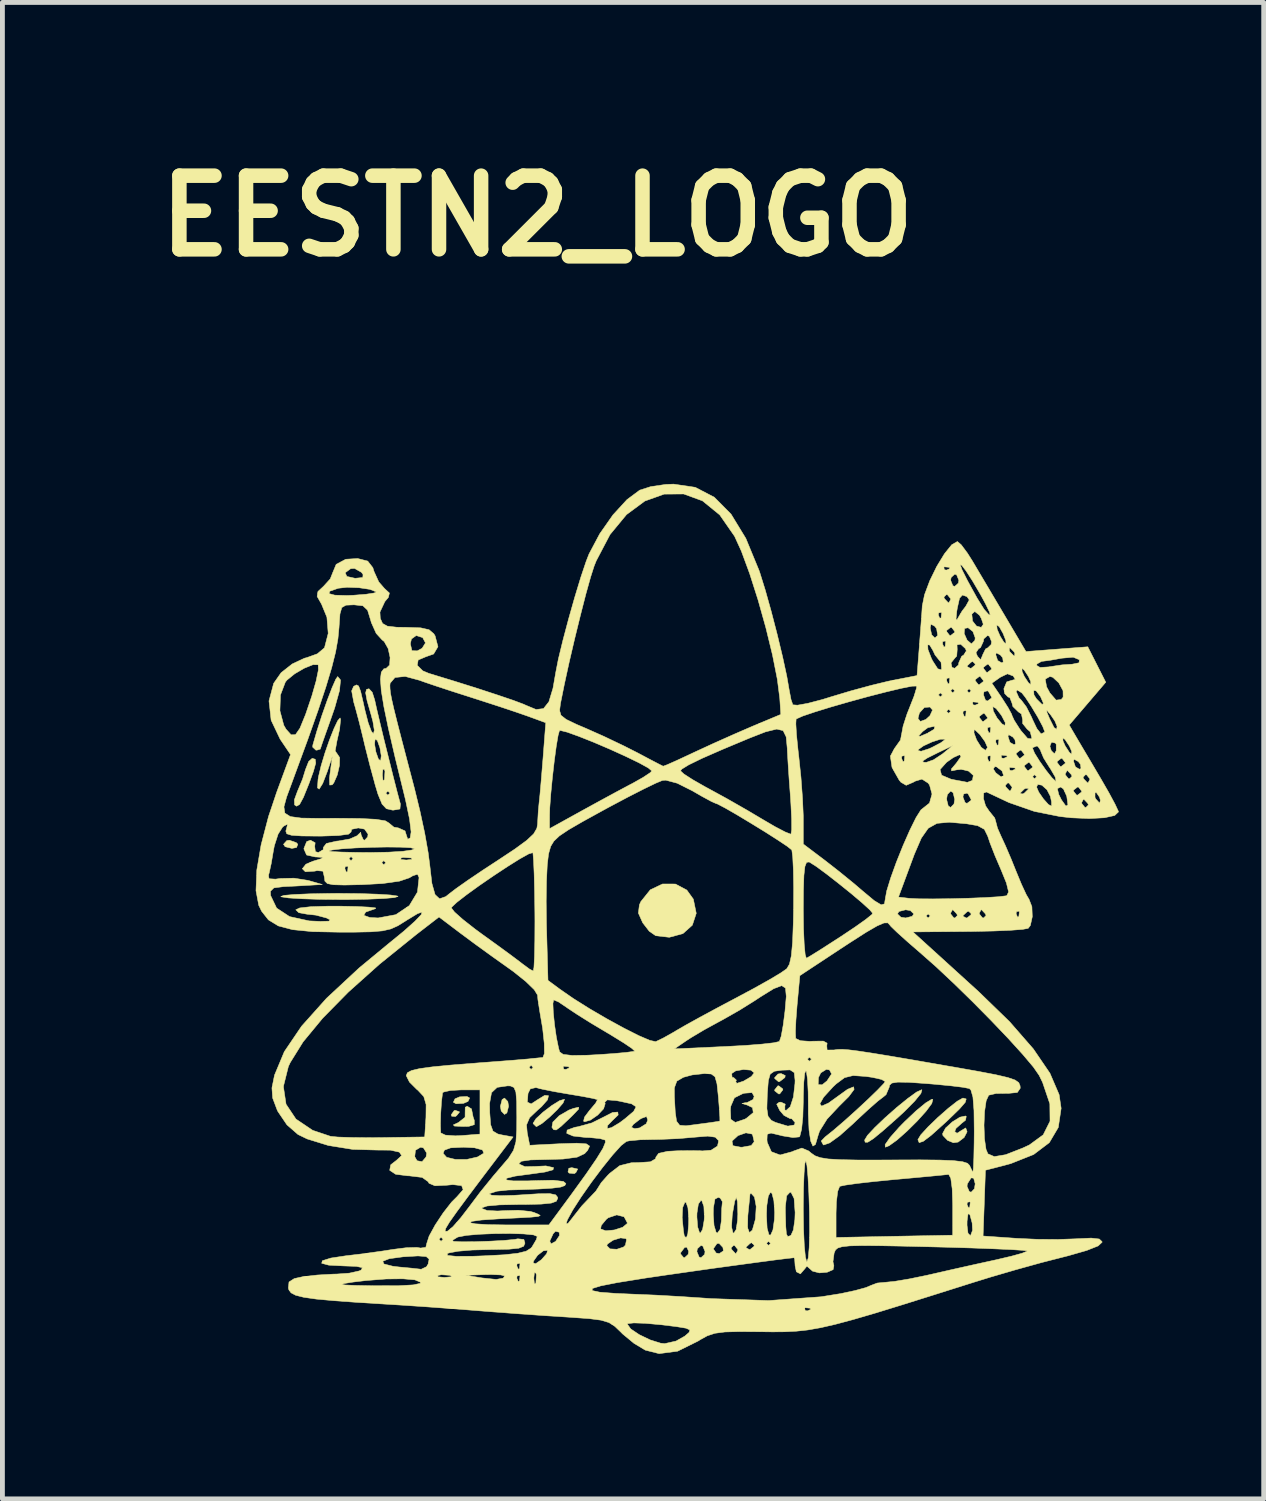
<source format=kicad_pcb>
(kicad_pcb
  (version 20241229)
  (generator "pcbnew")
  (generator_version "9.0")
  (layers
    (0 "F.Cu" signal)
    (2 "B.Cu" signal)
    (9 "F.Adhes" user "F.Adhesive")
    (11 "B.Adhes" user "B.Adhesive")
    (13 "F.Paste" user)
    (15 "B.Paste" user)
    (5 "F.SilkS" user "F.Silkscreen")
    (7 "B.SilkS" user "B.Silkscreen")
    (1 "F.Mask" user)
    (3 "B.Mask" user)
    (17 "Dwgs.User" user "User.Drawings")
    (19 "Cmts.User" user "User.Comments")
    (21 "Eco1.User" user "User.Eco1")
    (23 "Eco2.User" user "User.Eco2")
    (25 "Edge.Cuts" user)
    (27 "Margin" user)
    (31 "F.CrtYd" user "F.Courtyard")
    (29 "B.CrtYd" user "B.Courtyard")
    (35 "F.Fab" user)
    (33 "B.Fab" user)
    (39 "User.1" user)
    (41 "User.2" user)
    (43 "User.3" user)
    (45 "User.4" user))
  (footprint "EESTN2_LOGO"
    (layer "F.Cu")
    (at 11.111 15.769)
    (property "Reference" "EESTN2_LOGO" (at -3.048 -14.351 0) (layer "F.SilkS") (effects (font (size 1.524 1.524) (thickness 0.3))))
    (attr through_hole)
    (fp_poly (pts (xy -2.211 5.362) (xy -2.248 5.435) (xy -2.28 5.457) (xy -2.389 5.447) (xy -2.412 5.42) (xy -2.394 5.346) (xy -2.333 5.334) (xy -2.211 5.362)) (stroke (width 0.01) (type solid)) (fill yes) (layer "F.SilkS"))
    (fp_poly (pts (xy -8.031 -1.388) (xy -8.001 -1.355) (xy -8.027 -1.288) (xy -8.123 -1.27) (xy -8.263 -1.305) (xy -8.297 -1.355) (xy -8.229 -1.431) (xy -8.175 -1.439) (xy -8.031 -1.388)) (stroke (width 0.01) (type solid)) (fill yes) (layer "F.SilkS"))
    (fp_poly (pts (xy -4.659 4.178) (xy -4.657 4.186) (xy -4.716 4.258) (xy -4.741 4.276) (xy -4.819 4.269) (xy -4.826 4.238) (xy -4.765 4.152) (xy -4.741 4.149) (xy -4.659 4.178)) (stroke (width 0.01) (type solid)) (fill yes) (layer "F.SilkS"))
    (fp_poly (pts (xy -4.446 3.893) (xy -4.48 3.964) (xy -4.573 4.004) (xy -4.727 4.012) (xy -4.783 3.981) (xy -4.749 3.91) (xy -4.656 3.87) (xy -4.501 3.862) (xy -4.446 3.893)) (stroke (width 0.01) (type solid)) (fill yes) (layer "F.SilkS"))
    (fp_poly (pts (xy -3.657 3.966) (xy -3.641 4.064) (xy -3.676 4.202) (xy -3.725 4.233) (xy -3.794 4.162) (xy -3.81 4.064) (xy -3.775 3.926) (xy -3.725 3.895) (xy -3.657 3.966)) (stroke (width 0.01) (type solid)) (fill yes) (layer "F.SilkS"))
    (fp_poly (pts (xy 2.03 3.705) (xy 2.032 3.725) (xy 1.968 3.808) (xy 1.947 3.81) (xy 1.865 3.746) (xy 1.863 3.725) (xy 1.927 3.643) (xy 1.947 3.641) (xy 2.03 3.705)) (stroke (width 0.01) (type solid)) (fill yes) (layer "F.SilkS"))
    (fp_poly (pts (xy 2.082 3.428) (xy 2.074 3.471) (xy 1.966 3.553) (xy 1.942 3.556) (xy 1.865 3.491) (xy 1.863 3.471) (xy 1.932 3.397) (xy 1.995 3.387) (xy 2.082 3.428)) (stroke (width 0.01) (type solid)) (fill yes) (layer "F.SilkS"))
    (fp_poly (pts (xy -2.192 4.122) (xy -2.307 4.243) (xy -2.375 4.31) (xy -2.557 4.481) (xy -2.655 4.554) (xy -2.707 4.55) (xy -2.745 4.499) (xy -2.725 4.391) (xy -2.593 4.259) (xy -2.393 4.143) (xy -2.299 4.108) (xy -2.192 4.084) (xy -2.192 4.122)) (stroke (width 0.01) (type solid)) (fill yes) (layer "F.SilkS"))
    (fp_poly (pts (xy -7.64 -3.114) (xy -7.63 -3.035) (xy -7.678 -2.862) (xy -7.771 -2.607) (xy -7.885 -2.325) (xy -7.964 -2.179) (xy -8.026 -2.143) (xy -8.068 -2.17) (xy -8.072 -2.275) (xy -8.01 -2.445) (xy -7.903 -2.702) (xy -7.842 -2.9) (xy -7.776 -3.068) (xy -7.703 -3.133) (xy -7.64 -3.114)) (stroke (width 0.01) (type solid)) (fill yes) (layer "F.SilkS"))
    (fp_poly (pts (xy -4.407 4.119) (xy -4.403 4.142) (xy -4.375 4.284) (xy -4.351 4.353) (xy -4.35 4.445) (xy -4.465 4.48) (xy -4.584 4.482) (xy -4.761 4.474) (xy -4.784 4.449) (xy -4.679 4.401) (xy -4.541 4.292) (xy -4.54 4.194) (xy -4.538 4.084) (xy -4.496 4.064) (xy -4.407 4.119)) (stroke (width 0.01) (type solid)) (fill yes) (layer "F.SilkS"))
    (fp_poly (pts (xy -2.484 3.922) (xy -2.514 3.997) (xy -2.632 4.133) (xy -2.792 4.288) (xy -2.95 4.42) (xy -3.061 4.484) (xy -3.069 4.485) (xy -3.132 4.424) (xy -3.133 4.413) (xy -3.073 4.32) (xy -2.928 4.186) (xy -2.748 4.049) (xy -2.585 3.948) (xy -2.488 3.92) (xy -2.484 3.922)) (stroke (width 0.01) (type solid)) (fill yes) (layer "F.SilkS"))
    (fp_poly (pts (xy 5.135 3.922) (xy 5.113 4.007) (xy 4.994 4.168) (xy 4.813 4.369) (xy 4.603 4.577) (xy 4.398 4.759) (xy 4.231 4.88) (xy 4.152 4.911) (xy 4.148 4.857) (xy 4.25 4.711) (xy 4.44 4.496) (xy 4.549 4.385) (xy 4.789 4.158) (xy 4.987 3.995) (xy 5.111 3.92) (xy 5.135 3.922)) (stroke (width 0.01) (type solid)) (fill yes) (layer "F.SilkS"))
    (fp_poly (pts (xy -0.19 -0.533) (xy 0.046 -0.408) (xy 0.181 -0.22) (xy 0.241 0.073) (xy 0.16 0.319) (xy -0.035 0.493) (xy -0.316 0.569) (xy -0.597 0.537) (xy -0.731 0.444) (xy -0.867 0.268) (xy -0.867 0.268) (xy -0.956 0.068) (xy -0.935 -0.102) (xy -0.904 -0.171) (xy -0.71 -0.413) (xy -0.457 -0.534) (xy -0.19 -0.533)) (stroke (width 0.01) (type solid)) (fill yes) (layer "F.SilkS"))
    (fp_poly (pts (xy 4.909 3.724) (xy 4.888 3.799) (xy 4.761 3.956) (xy 4.551 4.169) (xy 4.408 4.301) (xy 4.105 4.569) (xy 3.906 4.733) (xy 3.789 4.808) (xy 3.735 4.808) (xy 3.724 4.763) (xy 3.783 4.666) (xy 3.936 4.502) (xy 4.149 4.299) (xy 4.387 4.089) (xy 4.616 3.903) (xy 4.799 3.77) (xy 4.903 3.723) (xy 4.909 3.724)) (stroke (width 0.01) (type solid)) (fill yes) (layer "F.SilkS"))
    (fp_poly (pts (xy 5.825 3.913) (xy 5.806 3.982) (xy 5.688 4.118) (xy 5.459 4.341) (xy 5.368 4.425) (xy 5.103 4.663) (xy 4.938 4.789) (xy 4.852 4.817) (xy 4.826 4.757) (xy 4.826 4.753) (xy 4.886 4.655) (xy 5.038 4.489) (xy 5.241 4.293) (xy 5.456 4.104) (xy 5.641 3.959) (xy 5.755 3.895) (xy 5.761 3.895) (xy 5.825 3.913)) (stroke (width 0.01) (type solid)) (fill yes) (layer "F.SilkS"))
    (fp_poly (pts (xy -7.117 -4.753) (xy -7.138 -4.535) (xy -7.238 -4.176) (xy -7.324 -3.929) (xy -7.426 -3.643) (xy -7.501 -3.429) (xy -7.535 -3.326) (xy -7.535 -3.324) (xy -7.602 -3.303) (xy -7.626 -3.302) (xy -7.693 -3.364) (xy -7.69 -3.408) (xy -7.608 -3.692) (xy -7.505 -4.012) (xy -7.395 -4.325) (xy -7.293 -4.592) (xy -7.214 -4.771) (xy -7.176 -4.825) (xy -7.117 -4.753)) (stroke (width 0.01) (type solid)) (fill yes) (layer "F.SilkS"))
    (fp_poly (pts (xy -6.724 -0.335) (xy -6.357 -0.323) (xy -6.086 -0.306) (xy -5.942 -0.285) (xy -5.927 -0.275) (xy -6.006 -0.252) (xy -6.225 -0.233) (xy -6.553 -0.219) (xy -6.959 -0.212) (xy -7.12 -0.212) (xy -7.552 -0.216) (xy -7.919 -0.228) (xy -8.192 -0.245) (xy -8.338 -0.267) (xy -8.353 -0.275) (xy -8.287 -0.298) (xy -8.081 -0.316) (xy -7.763 -0.33) (xy -7.36 -0.338) (xy -7.159 -0.339) (xy -6.724 -0.335)) (stroke (width 0.01) (type solid)) (fill yes) (layer "F.SilkS"))
    (fp_poly (pts (xy 5.826 4.274) (xy 5.811 4.353) (xy 5.735 4.413) (xy 5.613 4.522) (xy 5.588 4.587) (xy 5.635 4.623) (xy 5.715 4.572) (xy 5.815 4.512) (xy 5.842 4.585) (xy 5.842 4.595) (xy 5.782 4.71) (xy 5.658 4.805) (xy 5.56 4.819) (xy 5.482 4.787) (xy 5.44 4.77) (xy 5.343 4.668) (xy 5.337 4.628) (xy 5.398 4.515) (xy 5.537 4.388) (xy 5.695 4.29) (xy 5.812 4.265) (xy 5.826 4.274)) (stroke (width 0.01) (type solid)) (fill yes) (layer "F.SilkS"))
    (fp_poly (pts (xy -7.116 -3.936) (xy -7.136 -3.735) (xy -7.191 -3.492) (xy -7.228 -3.285) (xy -7.18 -3.217) (xy -7.135 -3.149) (xy -7.139 -2.986) (xy -7.184 -2.79) (xy -7.256 -2.626) (xy -7.29 -2.585) (xy -7.342 -2.58) (xy -7.346 -2.723) (xy -7.332 -2.836) (xy -7.286 -3.175) (xy -7.389 -2.864) (xy -7.486 -2.613) (xy -7.559 -2.496) (xy -7.594 -2.522) (xy -7.582 -2.696) (xy -7.573 -2.752) (xy -7.518 -2.983) (xy -7.437 -3.251) (xy -7.344 -3.518) (xy -7.252 -3.75) (xy -7.175 -3.912) (xy -7.126 -3.968) (xy -7.116 -3.936)) (stroke (width 0.01) (type solid)) (fill yes) (layer "F.SilkS"))
    (fp_poly (pts (xy -6.743 -4.629) (xy -6.702 -4.52) (xy -6.649 -4.295) (xy -6.612 -4.128) (xy -6.545 -3.868) (xy -6.479 -3.691) (xy -6.437 -3.641) (xy -6.418 -3.713) (xy -6.448 -3.897) (xy -6.485 -4.035) (xy -6.568 -4.325) (xy -6.598 -4.488) (xy -6.579 -4.559) (xy -6.529 -4.572) (xy -6.461 -4.499) (xy -6.41 -4.339) (xy -6.372 -4.166) (xy -6.303 -3.875) (xy -6.215 -3.509) (xy -6.117 -3.116) (xy -6.023 -2.739) (xy -5.942 -2.423) (xy -5.886 -2.215) (xy -5.878 -2.189) (xy -5.888 -2.085) (xy -6.026 -2.061) (xy -6.045 -2.062) (xy -6.169 -2.091) (xy -6.258 -2.186) (xy -6.34 -2.385) (xy -6.349 -2.413) (xy -6.181 -2.413) (xy -6.138 -2.371) (xy -6.096 -2.413) (xy -6.138 -2.455) (xy -6.181 -2.413) (xy -6.349 -2.413) (xy -6.4 -2.582) (xy -6.457 -2.794) (xy -6.252 -2.794) (xy -6.239 -2.674) (xy -6.209 -2.688) (xy -6.198 -2.862) (xy -6.209 -2.9) (xy -6.24 -2.91) (xy -6.252 -2.794) (xy -6.457 -2.794) (xy -6.502 -2.957) (xy -6.603 -3.355) (xy -6.621 -3.43) (xy -6.413 -3.43) (xy -6.386 -3.266) (xy -6.333 -3.117) (xy -6.287 -3.082) (xy -6.275 -3.187) (xy -6.302 -3.35) (xy -6.355 -3.5) (xy -6.401 -3.534) (xy -6.413 -3.43) (xy -6.621 -3.43) (xy -6.651 -3.556) (xy -6.729 -3.875) (xy -6.808 -4.171) (xy -6.844 -4.296) (xy -6.887 -4.528) (xy -6.846 -4.622) (xy -6.786 -4.652) (xy -6.743 -4.629)) (stroke (width 0.01) (type solid)) (fill yes) (layer "F.SilkS"))
    (fp_poly (pts (xy 0.22 -8.739) (xy 0.614 -8.534) (xy 0.961 -8.184) (xy 1.267 -7.682) (xy 1.54 -7.02) (xy 1.556 -6.974) (xy 1.667 -6.618) (xy 1.791 -6.176) (xy 1.915 -5.698) (xy 2.027 -5.233) (xy 2.114 -4.831) (xy 2.163 -4.549) (xy 2.201 -4.35) (xy 2.239 -4.24) (xy 2.335 -4.232) (xy 2.551 -4.271) (xy 2.852 -4.35) (xy 3.026 -4.404) (xy 3.436 -4.527) (xy 3.859 -4.642) (xy 4.218 -4.729) (xy 4.28 -4.741) (xy 5.419 -4.741) (xy 5.45 -4.672) (xy 5.475 -4.685) (xy 5.481 -4.741) (xy 6.011 -4.741) (xy 6.076 -4.659) (xy 6.096 -4.657) (xy 6.135 -4.687) (xy 6.356 -4.687) (xy 6.565 -4.38) (xy 6.692 -4.181) (xy 6.766 -4.044) (xy 6.773 -4.018) (xy 6.818 -3.92) (xy 6.929 -3.746) (xy 6.959 -3.703) (xy 7.095 -3.546) (xy 7.173 -3.536) (xy 7.182 -3.553) (xy 7.181 -3.556) (xy 7.826 -3.556) (xy 7.826 -3.494) (xy 7.874 -3.387) (xy 7.961 -3.254) (xy 8.007 -3.217) (xy 8.006 -3.28) (xy 7.959 -3.387) (xy 7.871 -3.52) (xy 7.826 -3.556) (xy 7.181 -3.556) (xy 7.15 -3.682) (xy 7.084 -3.739) (xy 6.991 -3.855) (xy 6.993 -3.928) (xy 6.967 -4.051) (xy 6.905 -4.093) (xy 6.79 -4.205) (xy 6.773 -4.273) (xy 6.728 -4.387) (xy 6.689 -4.403) (xy 6.62 -4.474) (xy 6.613 -4.516) (xy 6.858 -4.516) (xy 6.916 -4.386) (xy 6.968 -4.332) (xy 7.07 -4.196) (xy 7.179 -3.98) (xy 7.195 -3.941) (xy 7.287 -3.748) (xy 7.368 -3.646) (xy 7.382 -3.641) (xy 7.45 -3.677) (xy 7.451 -3.68) (xy 7.409 -3.79) (xy 7.306 -3.984) (xy 7.238 -4.097) (xy 7.49 -4.097) (xy 7.548 -3.958) (xy 7.642 -3.769) (xy 7.695 -3.733) (xy 7.705 -3.794) (xy 7.658 -3.907) (xy 7.576 -4.027) (xy 7.493 -4.126) (xy 7.49 -4.097) (xy 7.238 -4.097) (xy 7.174 -4.204) (xy 7.048 -4.395) (xy 6.978 -4.484) (xy 6.895 -4.539) (xy 7.22 -4.539) (xy 7.227 -4.445) (xy 7.28 -4.362) (xy 7.396 -4.246) (xy 7.423 -4.27) (xy 7.362 -4.41) (xy 7.273 -4.528) (xy 7.22 -4.539) (xy 6.895 -4.539) (xy 6.883 -4.547) (xy 6.858 -4.516) (xy 6.613 -4.516) (xy 6.604 -4.572) (xy 6.663 -4.714) (xy 6.748 -4.741) (xy 6.84 -4.766) (xy 6.797 -4.836) (xy 6.677 -4.881) (xy 6.529 -4.809) (xy 6.356 -4.687) (xy 6.135 -4.687) (xy 6.178 -4.721) (xy 6.181 -4.741) (xy 6.116 -4.824) (xy 6.096 -4.826) (xy 6.014 -4.762) (xy 6.011 -4.741) (xy 5.481 -4.741) (xy 5.485 -4.785) (xy 5.475 -4.798) (xy 5.425 -4.786) (xy 5.419 -4.741) (xy 4.28 -4.741) (xy 4.288 -4.743) (xy 4.808 -4.845) (xy 4.858 -5.481) (xy 5.029 -5.481) (xy 5.034 -5.384) (xy 5.105 -5.201) (xy 5.13 -5.151) (xy 5.237 -4.985) (xy 5.306 -4.965) (xy 5.316 -4.984) (xy 5.306 -5.107) (xy 5.511 -5.107) (xy 5.531 -5.014) (xy 5.588 -4.995) (xy 5.63 -5.033) (xy 5.842 -5.033) (xy 5.908 -4.996) (xy 5.927 -4.995) (xy 6.181 -4.995) (xy 6.245 -4.913) (xy 6.265 -4.911) (xy 6.348 -4.975) (xy 6.35 -4.995) (xy 6.979 -4.995) (xy 6.98 -4.933) (xy 7.027 -4.826) (xy 7.115 -4.693) (xy 7.16 -4.657) (xy 7.16 -4.719) (xy 7.137 -4.771) (xy 7.46 -4.771) (xy 7.488 -4.612) (xy 7.556 -4.486) (xy 7.685 -4.337) (xy 7.791 -4.35) (xy 7.83 -4.399) (xy 7.828 -4.532) (xy 7.741 -4.693) (xy 7.617 -4.809) (xy 7.557 -4.826) (xy 7.46 -4.771) (xy 7.137 -4.771) (xy 7.112 -4.826) (xy 7.025 -4.959) (xy 6.979 -4.995) (xy 6.35 -4.995) (xy 6.303 -5.055) (xy 7.281 -5.055) (xy 7.353 -5.013) (xy 7.532 -5.024) (xy 7.546 -5.027) (xy 7.808 -5.066) (xy 8.017 -5.08) (xy 8.159 -5.109) (xy 8.166 -5.172) (xy 8.039 -5.225) (xy 7.801 -5.204) (xy 7.568 -5.162) (xy 7.401 -5.14) (xy 7.387 -5.14) (xy 7.289 -5.085) (xy 7.281 -5.055) (xy 6.303 -5.055) (xy 6.286 -5.078) (xy 6.265 -5.08) (xy 6.183 -5.016) (xy 6.181 -4.995) (xy 5.927 -4.995) (xy 6.008 -5.06) (xy 6.011 -5.085) (xy 5.959 -5.136) (xy 5.927 -5.122) (xy 5.846 -5.046) (xy 5.842 -5.033) (xy 5.63 -5.033) (xy 5.664 -5.063) (xy 5.673 -5.115) (xy 5.732 -5.245) (xy 5.772 -5.268) (xy 5.803 -5.317) (xy 6.027 -5.317) (xy 6.058 -5.244) (xy 6.124 -5.173) (xy 6.162 -5.261) (xy 6.164 -5.271) (xy 6.169 -5.28) (xy 6.435 -5.28) (xy 6.476 -5.156) (xy 6.56 -5.108) (xy 6.591 -5.124) (xy 6.58 -5.211) (xy 6.535 -5.268) (xy 6.45 -5.315) (xy 6.435 -5.28) (xy 6.169 -5.28) (xy 6.21 -5.364) (xy 6.715 -5.364) (xy 6.731 -5.334) (xy 6.811 -5.253) (xy 6.826 -5.249) (xy 6.831 -5.304) (xy 6.816 -5.334) (xy 6.736 -5.415) (xy 6.721 -5.419) (xy 6.715 -5.364) (xy 6.21 -5.364) (xy 6.226 -5.396) (xy 6.272 -5.419) (xy 6.341 -5.487) (xy 6.35 -5.546) (xy 6.304 -5.658) (xy 6.265 -5.673) (xy 6.189 -5.605) (xy 6.181 -5.553) (xy 6.121 -5.423) (xy 6.081 -5.4) (xy 6.027 -5.317) (xy 5.803 -5.317) (xy 5.827 -5.353) (xy 5.81 -5.402) (xy 5.71 -5.494) (xy 5.635 -5.48) (xy 5.639 -5.385) (xy 5.629 -5.248) (xy 5.594 -5.211) (xy 5.511 -5.107) (xy 5.306 -5.107) (xy 5.305 -5.12) (xy 5.275 -5.153) (xy 5.18 -5.272) (xy 5.135 -5.367) (xy 5.069 -5.477) (xy 5.029 -5.481) (xy 4.858 -5.481) (xy 4.859 -5.491) (xy 4.859 -5.503) (xy 5.334 -5.503) (xy 5.365 -5.434) (xy 5.39 -5.447) (xy 5.401 -5.547) (xy 5.39 -5.56) (xy 5.34 -5.548) (xy 5.334 -5.503) (xy 4.859 -5.503) (xy 4.884 -5.822) (xy 4.884 -5.831) (xy 5.08 -5.831) (xy 5.111 -5.687) (xy 5.178 -5.622) (xy 5.236 -5.675) (xy 5.222 -5.757) (xy 5.419 -5.757) (xy 5.483 -5.675) (xy 5.503 -5.673) (xy 5.557 -5.715) (xy 5.783 -5.715) (xy 5.844 -5.578) (xy 5.93 -5.504) (xy 5.936 -5.503) (xy 6.004 -5.572) (xy 6.011 -5.625) (xy 5.964 -5.755) (xy 5.864 -5.834) (xy 5.792 -5.82) (xy 5.783 -5.715) (xy 5.557 -5.715) (xy 5.586 -5.737) (xy 5.588 -5.757) (xy 5.524 -5.84) (xy 5.503 -5.842) (xy 5.421 -5.778) (xy 5.419 -5.757) (xy 5.222 -5.757) (xy 5.213 -5.814) (xy 5.174 -5.866) (xy 5.096 -5.907) (xy 5.08 -5.831) (xy 4.884 -5.831) (xy 4.898 -6.019) (xy 5.615 -6.019) (xy 5.631 -5.992) (xy 5.641 -6.011) (xy 5.703 -6.117) (xy 5.941 -6.117) (xy 5.956 -5.973) (xy 6.038 -5.869) (xy 6.136 -5.842) (xy 6.17 -5.892) (xy 6.456 -5.892) (xy 6.465 -5.803) (xy 6.529 -5.656) (xy 6.607 -5.532) (xy 6.647 -5.503) (xy 6.645 -5.569) (xy 6.588 -5.715) (xy 6.508 -5.857) (xy 6.456 -5.892) (xy 6.17 -5.892) (xy 6.179 -5.905) (xy 6.138 -6.025) (xy 6.099 -6.094) (xy 6.003 -6.17) (xy 5.941 -6.117) (xy 5.703 -6.117) (xy 5.741 -6.181) (xy 5.816 -6.278) (xy 5.888 -6.41) (xy 5.842 -6.477) (xy 5.747 -6.511) (xy 5.687 -6.444) (xy 5.642 -6.245) (xy 5.63 -6.174) (xy 5.615 -6.019) (xy 4.898 -6.019) (xy 4.903 -6.096) (xy 5.249 -6.096) (xy 5.28 -6.026) (xy 5.306 -6.04) (xy 5.316 -6.14) (xy 5.306 -6.152) (xy 5.255 -6.141) (xy 5.249 -6.096) (xy 4.903 -6.096) (xy 4.904 -6.099) (xy 4.915 -6.268) (xy 4.915 -6.28) (xy 4.953 -6.467) (xy 5.363 -6.467) (xy 5.376 -6.435) (xy 5.452 -6.354) (xy 5.466 -6.35) (xy 5.502 -6.416) (xy 5.503 -6.435) (xy 5.438 -6.516) (xy 5.414 -6.519) (xy 5.363 -6.467) (xy 4.953 -6.467) (xy 4.963 -6.517) (xy 5.071 -6.806) (xy 5.076 -6.816) (xy 5.503 -6.816) (xy 5.549 -6.703) (xy 5.588 -6.689) (xy 5.663 -6.757) (xy 5.673 -6.816) (xy 5.627 -6.928) (xy 5.588 -6.943) (xy 5.513 -6.874) (xy 5.503 -6.816) (xy 5.076 -6.816) (xy 5.207 -7.084) (xy 5.362 -7.084) (xy 5.374 -7.033) (xy 5.419 -7.027) (xy 5.488 -7.058) (xy 5.475 -7.084) (xy 5.375 -7.094) (xy 5.362 -7.084) (xy 5.207 -7.084) (xy 5.216 -7.102) (xy 5.238 -7.139) (xy 5.701 -7.139) (xy 5.738 -7.035) (xy 5.848 -6.816) (xy 6.051 -6.447) (xy 6.195 -6.216) (xy 6.29 -6.109) (xy 6.323 -6.096) (xy 6.305 -6.162) (xy 6.222 -6.335) (xy 6.122 -6.519) (xy 5.955 -6.804) (xy 5.822 -7.01) (xy 5.733 -7.126) (xy 5.701 -7.139) (xy 5.238 -7.139) (xy 5.376 -7.365) (xy 5.526 -7.551) (xy 5.643 -7.618) (xy 5.722 -7.55) (xy 5.851 -7.377) (xy 5.953 -7.216) (xy 6.103 -6.962) (xy 6.306 -6.62) (xy 6.527 -6.246) (xy 6.626 -6.079) (xy 7.061 -5.342) (xy 7.7 -5.391) (xy 8.34 -5.44) (xy 8.712 -4.707) (xy 8.334 -4.264) (xy 7.956 -3.822) (xy 8.105 -3.567) (xy 8.22 -3.372) (xy 8.389 -3.087) (xy 8.578 -2.766) (xy 8.615 -2.703) (xy 8.78 -2.416) (xy 8.905 -2.183) (xy 8.97 -2.043) (xy 8.975 -2.025) (xy 8.897 -1.951) (xy 8.685 -1.904) (xy 8.375 -1.887) (xy 8 -1.903) (xy 7.764 -1.929) (xy 7.235 -2.035) (xy 6.709 -2.218) (xy 6.316 -2.403) (xy 6.943 -2.403) (xy 6.997 -2.397) (xy 7.027 -2.413) (xy 7.108 -2.493) (xy 7.112 -2.508) (xy 7.057 -2.513) (xy 7.027 -2.498) (xy 6.946 -2.418) (xy 6.943 -2.403) (xy 6.316 -2.403) (xy 6.244 -2.437) (xy 6.186 -2.415) (xy 6.183 -2.299) (xy 6.226 -2.151) (xy 6.305 -2.034) (xy 6.308 -2.032) (xy 6.415 -1.899) (xy 6.435 -1.831) (xy 6.472 -1.69) (xy 6.545 -1.524) (xy 6.634 -1.332) (xy 6.755 -1.05) (xy 6.854 -0.804) (xy 6.968 -0.528) (xy 7.068 -0.313) (xy 7.125 -0.216) (xy 7.184 -0.064) (xy 7.192 0.144) (xy 7.152 0.325) (xy 7.107 0.384) (xy 6.993 0.405) (xy 6.744 0.424) (xy 6.394 0.439) (xy 5.976 0.448) (xy 5.87 0.449) (xy 4.723 0.458) (xy 5.053 0.758) (xy 5.257 0.943) (xy 5.543 1.203) (xy 5.866 1.497) (xy 6.082 1.693) (xy 6.722 2.314) (xy 7.214 2.878) (xy 7.557 3.381) (xy 7.747 3.823) (xy 7.789 4.106) (xy 7.73 4.502) (xy 7.544 4.817) (xy 7.22 5.062) (xy 6.747 5.25) (xy 6.604 5.289) (xy 6.223 5.387) (xy 6.199 6.067) (xy 6.174 6.748) (xy 6.876 6.797) (xy 7.293 6.816) (xy 7.728 6.819) (xy 8.09 6.806) (xy 8.107 6.805) (xy 8.412 6.791) (xy 8.578 6.81) (xy 8.635 6.865) (xy 8.636 6.877) (xy 8.554 6.953) (xy 8.317 7.047) (xy 7.937 7.156) (xy 7.811 7.188) (xy 7.378 7.299) (xy 6.859 7.443) (xy 6.328 7.598) (xy 5.969 7.709) (xy 5.155 7.966) (xy 4.483 8.177) (xy 3.933 8.346) (xy 3.484 8.477) (xy 3.118 8.575) (xy 2.813 8.645) (xy 2.551 8.691) (xy 2.312 8.717) (xy 2.075 8.729) (xy 1.821 8.731) (xy 1.549 8.728) (xy 1.126 8.725) (xy 0.833 8.733) (xy 0.628 8.76) (xy 0.47 8.812) (xy 0.321 8.894) (xy 0.279 8.921) (xy -0.145 9.131) (xy -0.527 9.181) (xy -0.812 9.109) (xy -1.046 8.969) (xy -1.284 8.772) (xy -1.32 8.735) (xy -1.443 8.617) (xy -1.515 8.57) (xy -1.185 8.57) (xy -1.114 8.67) (xy -0.937 8.789) (xy -0.712 8.897) (xy -0.496 8.965) (xy -0.412 8.974) (xy -0.177 8.921) (xy 0.004 8.819) (xy 0.093 8.742) (xy 0.109 8.691) (xy 0.03 8.655) (xy -0.171 8.622) (xy -0.494 8.583) (xy -0.811 8.554) (xy -1.051 8.546) (xy -1.176 8.56) (xy -1.185 8.57) (xy -1.515 8.57) (xy -1.566 8.538) (xy -1.729 8.489) (xy -1.974 8.457) (xy -2.341 8.431) (xy -2.413 8.426) (xy -2.868 8.397) (xy -3.41 8.359) (xy -3.959 8.318) (xy -4.276 8.293) (xy -4.779 8.253) (xy -4.952 8.241) (xy 2.484 8.241) (xy 2.495 8.291) (xy 2.54 8.297) (xy 2.61 8.266) (xy 2.596 8.241) (xy 2.496 8.231) (xy 2.484 8.241) (xy -4.952 8.241) (xy -5.321 8.214) (xy -5.823 8.18) (xy -6.096 8.163) (xy -6.746 8.123) (xy -7.246 8.087) (xy -7.616 8.053) (xy -7.876 8.016) (xy -8.044 7.974) (xy -8.141 7.923) (xy -8.175 7.876) (xy -1.914 7.876) (xy -1.755 7.91) (xy -1.432 7.935) (xy -1.016 7.953) (xy -0.589 7.971) (xy -0.083 8) (xy 0.411 8.033) (xy 0.55 8.043) (xy 1.739 8.083) (xy 2.82 8.005) (xy 3.232 7.939) (xy 3.526 7.876) (xy 3.752 7.814) (xy 3.86 7.768) (xy 3.984 7.721) (xy 4.156 7.705) (xy 4.346 7.686) (xy 4.645 7.636) (xy 4.996 7.564) (xy 5.094 7.542) (xy 5.536 7.441) (xy 6.023 7.332) (xy 6.452 7.238) (xy 6.46 7.236) (xy 6.762 7.165) (xy 6.982 7.104) (xy 7.083 7.063) (xy 7.085 7.056) (xy 6.993 7.044) (xy 6.757 7.029) (xy 6.399 7.013) (xy 5.945 6.996) (xy 5.419 6.98) (xy 5.099 6.972) (xy 4.476 6.957) (xy 4.002 6.948) (xy 3.655 6.946) (xy 3.415 6.952) (xy 3.26 6.969) (xy 3.169 6.996) (xy 3.122 7.035) (xy 3.098 7.089) (xy 3.093 7.102) (xy 3.069 7.28) (xy 3.088 7.363) (xy 3.072 7.444) (xy 2.95 7.497) (xy 2.788 7.511) (xy 2.647 7.475) (xy 2.609 7.441) (xy 2.53 7.371) (xy 2.484 7.429) (xy 2.396 7.531) (xy 2.312 7.488) (xy 2.286 7.366) (xy 2.277 7.229) (xy 2.265 7.197) (xy 2.135 7.211) (xy 1.869 7.244) (xy 1.499 7.293) (xy 1.056 7.353) (xy 0.573 7.419) (xy 0.081 7.489) (xy -0.388 7.556) (xy -0.803 7.617) (xy -0.884 7.63) (xy -1.393 7.712) (xy -1.733 7.779) (xy -1.907 7.833) (xy -1.914 7.876) (xy -8.175 7.876) (xy -8.186 7.861) (xy -8.196 7.822) (xy -8.188 7.748) (xy -7.094 7.748) (xy -7.022 7.761) (xy -6.807 7.77) (xy -6.436 7.777) (xy -6.366 7.777) (xy -5.915 7.776) (xy -5.613 7.759) (xy -5.47 7.728) (xy -5.461 7.705) (xy -5.578 7.655) (xy -5.827 7.633) (xy -6.176 7.637) (xy -6.589 7.669) (xy -6.858 7.701) (xy -7.035 7.729) (xy -7.094 7.748) (xy -8.188 7.748) (xy -8.183 7.699) (xy -8.073 7.628) (xy -7.908 7.592) (xy -5.106 7.592) (xy -4.973 7.604) (xy -4.953 7.603) (xy -4.822 7.591) (xy -4.834 7.566) (xy -4.849 7.561) (xy -4.878 7.559) (xy -4.53 7.559) (xy -4.191 7.615) (xy -3.897 7.646) (xy -3.756 7.62) (xy -3.471 7.62) (xy -3.44 7.69) (xy -3.415 7.676) (xy -3.409 7.62) (xy -3.119 7.62) (xy -3.106 7.74) (xy -3.077 7.726) (xy -3.065 7.552) (xy -3.077 7.514) (xy -3.107 7.504) (xy -3.119 7.62) (xy -3.409 7.62) (xy -3.405 7.576) (xy -3.415 7.564) (xy -3.465 7.575) (xy -3.471 7.62) (xy -3.756 7.62) (xy -3.749 7.619) (xy -3.725 7.573) (xy -3.801 7.553) (xy -3.994 7.545) (xy -4.128 7.547) (xy -4.53 7.559) (xy -4.878 7.559) (xy -5.033 7.549) (xy -5.103 7.564) (xy -5.106 7.592) (xy -7.908 7.592) (xy -7.9 7.59) (xy -7.598 7.555) (xy -7.262 7.536) (xy -7.197 7.535) (xy -6.935 7.516) (xy -6.733 7.471) (xy -6.689 7.451) (xy -6.666 7.402) (xy -6.791 7.376) (xy -7.048 7.367) (xy -7.36 7.351) (xy -7.507 7.312) (xy -7.495 7.27) (xy -6.243 7.27) (xy -6.22 7.326) (xy -6.037 7.373) (xy -5.905 7.389) (xy -5.659 7.412) (xy -5.48 7.432) (xy -5.449 7.436) (xy -5.338 7.383) (xy -5.328 7.366) (xy -3.471 7.366) (xy -3.44 7.436) (xy -3.415 7.422) (xy -3.405 7.322) (xy -3.415 7.31) (xy -3.465 7.321) (xy -3.471 7.366) (xy -5.328 7.366) (xy -5.304 7.326) (xy -5.3 7.305) (xy -3.133 7.305) (xy -3.081 7.321) (xy -2.963 7.239) (xy -2.855 7.117) (xy -0.085 7.117) (xy -0.02 7.194) (xy 0 7.197) (xy 0.074 7.128) (xy 0.084 7.07) (xy 0.254 7.07) (xy 0.3 7.182) (xy 0.339 7.197) (xy 0.414 7.128) (xy 0.423 7.07) (xy 0.4 7.013) (xy 0.594 7.013) (xy 0.653 7.1) (xy 0.717 7.112) (xy 0.802 7.056) (xy 0.794 6.995) (xy 0.96 6.995) (xy 0.974 7.027) (xy 1.05 7.108) (xy 1.063 7.112) (xy 1.1 7.046) (xy 1.101 7.027) (xy 1.071 6.99) (xy 1.27 6.99) (xy 1.336 7.026) (xy 1.355 7.027) (xy 1.436 6.962) (xy 1.439 6.938) (xy 1.401 6.9) (xy 1.693 6.9) (xy 1.736 6.943) (xy 1.778 6.9) (xy 1.736 6.858) (xy 1.693 6.9) (xy 1.401 6.9) (xy 1.387 6.887) (xy 1.355 6.9) (xy 1.274 6.976) (xy 1.27 6.99) (xy 1.071 6.99) (xy 1.036 6.946) (xy 1.011 6.943) (xy 0.96 6.995) (xy 0.794 6.995) (xy 0.793 6.985) (xy 0.713 6.9) (xy 0.668 6.906) (xy 0.594 7.013) (xy 0.4 7.013) (xy 0.378 6.957) (xy 0.339 6.943) (xy 0.264 7.011) (xy 0.254 7.07) (xy 0.084 7.07) (xy 0.085 7.065) (xy 0.044 6.977) (xy 0 6.985) (xy -0.081 7.093) (xy -0.085 7.117) (xy -2.855 7.117) (xy -2.852 7.113) (xy -2.834 7.044) (xy -2.921 7.054) (xy -3.04 7.146) (xy -3.123 7.264) (xy -3.133 7.305) (xy -5.3 7.305) (xy -5.285 7.226) (xy -5.345 7.173) (xy -5.515 7.16) (xy -5.821 7.178) (xy -6.108 7.217) (xy -6.243 7.27) (xy -7.495 7.27) (xy -7.492 7.259) (xy -7.317 7.204) (xy -7.006 7.157) (xy -6.633 7.113) (xy -4.911 7.113) (xy -4.902 7.15) (xy -4.73 7.168) (xy -4.391 7.167) (xy -4.151 7.158) (xy -3.732 7.136) (xy -3.452 7.105) (xy -3.277 7.062) (xy -3.178 6.999) (xy -3.156 6.973) (xy -3.141 6.948) (xy -1.609 6.948) (xy -1.543 7.014) (xy -1.401 7.022) (xy -1.263 6.976) (xy -1.224 6.937) (xy -1.201 6.824) (xy -1.213 6.802) (xy -1.324 6.787) (xy -1.48 6.835) (xy -1.595 6.914) (xy -1.609 6.948) (xy -3.141 6.948) (xy -3.085 6.853) (xy -2.789 6.853) (xy -2.762 6.91) (xy -2.668 6.859) (xy -2.587 6.736) (xy -2.594 6.67) (xy -2.672 6.65) (xy -2.719 6.701) (xy -2.789 6.853) (xy -3.085 6.853) (xy -3.068 6.825) (xy -3.048 6.757) (xy -3.125 6.725) (xy -3.327 6.705) (xy -3.611 6.696) (xy -3.932 6.699) (xy -4.248 6.712) (xy -4.513 6.735) (xy -4.685 6.768) (xy -4.699 6.773) (xy -4.798 6.834) (xy -4.784 6.859) (xy -4.612 6.868) (xy -4.339 6.866) (xy -4.026 6.855) (xy -3.732 6.839) (xy -3.515 6.818) (xy -3.45 6.806) (xy -3.325 6.819) (xy -3.302 6.895) (xy -3.329 6.96) (xy -3.429 7) (xy -3.632 7.021) (xy -3.97 7.028) (xy -4.043 7.029) (xy -4.393 7.038) (xy -4.687 7.063) (xy -4.876 7.098) (xy -4.911 7.113) (xy -6.633 7.113) (xy -6.628 7.112) (xy -6.235 7.057) (xy -6.032 7.025) (xy -5.756 6.99) (xy -5.537 6.984) (xy -5.461 6.997) (xy -5.353 6.982) (xy -5.334 6.903) (xy -5.306 6.816) (xy -5.08 6.816) (xy -5.038 6.858) (xy -4.995 6.816) (xy -5.038 6.773) (xy -5.08 6.816) (xy -5.306 6.816) (xy -5.285 6.75) (xy -5.229 6.648) (xy -4.955 6.648) (xy -4.916 6.651) (xy -4.9 6.645) (xy -4.847 6.601) (xy -1.737 6.601) (xy -1.631 6.64) (xy -1.454 6.623) (xy -1.28 6.567) (xy -1.188 6.49) (xy -1.185 6.476) (xy -1.243 6.365) (xy -0.05 6.365) (xy -0.046 6.415) (xy -0.024 6.64) (xy -0.007 6.743) (xy 0.018 6.772) (xy 0.042 6.773) (xy 0.067 6.698) (xy 0.083 6.506) (xy 0.085 6.387) (xy 0.082 6.35) (xy 0.254 6.35) (xy 0.27 6.562) (xy 0.309 6.68) (xy 0.325 6.689) (xy 0.372 6.613) (xy 0.404 6.426) (xy 0.409 6.35) (xy 0.406 6.301) (xy 0.593 6.301) (xy 0.609 6.53) (xy 0.651 6.669) (xy 0.677 6.689) (xy 0.733 6.614) (xy 0.742 6.559) (xy 0.971 6.559) (xy 1 6.68) (xy 1.018 6.689) (xy 1.067 6.613) (xy 1.072 6.578) (xy 1.303 6.578) (xy 1.341 6.679) (xy 1.401 6.627) (xy 1.461 6.415) (xy 1.467 6.379) (xy 1.471 6.313) (xy 1.693 6.313) (xy 1.707 6.587) (xy 1.745 6.723) (xy 1.778 6.731) (xy 1.827 6.622) (xy 1.858 6.405) (xy 1.863 6.26) (xy 1.855 6.145) (xy 2.084 6.145) (xy 2.085 6.265) (xy 2.093 6.553) (xy 2.106 6.706) (xy 2.133 6.758) (xy 2.18 6.744) (xy 2.201 6.731) (xy 2.25 6.622) (xy 2.281 6.405) (xy 2.286 6.26) (xy 2.282 6.209) (xy 2.455 6.209) (xy 2.461 6.613) (xy 2.476 6.947) (xy 2.499 7.18) (xy 2.526 7.28) (xy 2.53 7.281) (xy 2.558 7.202) (xy 2.577 6.986) (xy 2.586 6.667) (xy 2.583 6.276) (xy 2.583 6.273) (xy 3.133 6.273) (xy 3.133 6.778) (xy 4.339 6.754) (xy 5.546 6.731) (xy 5.546 6.524) (xy 5.842 6.524) (xy 5.862 6.69) (xy 5.911 6.74) (xy 5.915 6.738) (xy 5.956 6.63) (xy 5.948 6.479) (xy 5.9 6.301) (xy 5.863 6.289) (xy 5.843 6.44) (xy 5.842 6.524) (xy 5.546 6.524) (xy 5.546 6.096) (xy 5.842 6.096) (xy 5.873 6.166) (xy 5.898 6.152) (xy 5.909 6.052) (xy 5.898 6.04) (xy 5.848 6.051) (xy 5.842 6.096) (xy 5.546 6.096) (xy 5.535 5.771) (xy 5.528 5.72) (xy 5.842 5.72) (xy 5.889 5.829) (xy 5.927 5.842) (xy 5.995 5.771) (xy 6.011 5.668) (xy 5.979 5.551) (xy 5.927 5.546) (xy 5.849 5.668) (xy 5.842 5.72) (xy 5.528 5.72) (xy 5.506 5.553) (xy 5.463 5.474) (xy 5.461 5.474) (xy 5.348 5.486) (xy 5.102 5.51) (xy 4.759 5.542) (xy 4.353 5.579) (xy 4.329 5.581) (xy 3.922 5.621) (xy 3.576 5.66) (xy 3.327 5.695) (xy 3.209 5.72) (xy 3.207 5.722) (xy 3.167 5.824) (xy 3.14 6.044) (xy 3.133 6.273) (xy 2.583 6.273) (xy 2.583 6.262) (xy 2.57 5.862) (xy 2.552 5.527) (xy 2.531 5.291) (xy 2.508 5.189) (xy 2.508 5.189) (xy 2.488 5.248) (xy 2.472 5.446) (xy 2.46 5.754) (xy 2.455 6.142) (xy 2.455 6.209) (xy 2.282 6.209) (xy 2.265 5.972) (xy 2.203 5.848) (xy 2.18 5.842) (xy 2.111 5.916) (xy 2.084 6.145) (xy 1.855 6.145) (xy 1.847 6.02) (xy 1.808 5.869) (xy 1.778 5.842) (xy 1.732 5.919) (xy 1.701 6.116) (xy 1.693 6.313) (xy 1.471 6.313) (xy 1.481 6.137) (xy 1.447 5.951) (xy 1.439 5.935) (xy 1.372 5.86) (xy 1.352 5.884) (xy 1.34 6.016) (xy 1.316 6.243) (xy 1.308 6.329) (xy 1.303 6.578) (xy 1.072 6.578) (xy 1.096 6.42) (xy 1.101 6.294) (xy 1.093 6.037) (xy 1.071 5.949) (xy 1.037 6.027) (xy 0.993 6.272) (xy 0.985 6.329) (xy 0.971 6.559) (xy 0.742 6.559) (xy 0.761 6.431) (xy 0.762 6.392) (xy 0.768 6.178) (xy 0.781 6.046) (xy 0.783 6.04) (xy 0.739 5.966) (xy 0.699 5.948) (xy 0.628 5.984) (xy 0.596 6.165) (xy 0.593 6.301) (xy 0.406 6.301) (xy 0.399 6.138) (xy 0.357 6.02) (xy 0.338 6.011) (xy 0.285 6.086) (xy 0.256 6.274) (xy 0.254 6.35) (xy 0.082 6.35) (xy 0.069 6.164) (xy 0.03 6.053) (xy 0.005 6.051) (xy -0.04 6.159) (xy -0.05 6.365) (xy -1.243 6.365) (xy -1.25 6.351) (xy -1.403 6.311) (xy -1.579 6.37) (xy -1.619 6.402) (xy -1.724 6.529) (xy -1.737 6.601) (xy -4.847 6.601) (xy -4.792 6.555) (xy -4.719 6.472) (xy -4.443 6.472) (xy -4.328 6.496) (xy -4.064 6.513) (xy -3.662 6.519) (xy -2.808 6.519) (xy -2.794 6.5) (xy -2.451 6.5) (xy -2.408 6.484) (xy -2.31 6.36) (xy -2.303 6.35) (xy -2.127 6.126) (xy -1.968 5.959) (xy -1.835 5.819) (xy -1.778 5.731) (xy -1.778 5.73) (xy -1.724 5.644) (xy -1.589 5.492) (xy -1.549 5.452) (xy -1.341 5.292) (xy -1.1 5.232) (xy -0.957 5.229) (xy -0.707 5.213) (xy -0.601 5.151) (xy -0.593 5.115) (xy -0.537 5.038) (xy -0.352 4.996) (xy -0.148 4.985) (xy 0.117 4.982) (xy 0.311 4.984) (xy 0.369 4.988) (xy 0.548 4.973) (xy 0.68 4.888) (xy 0.702 4.792) (xy 0.982 4.792) (xy 0.999 4.88) (xy 1.157 4.91) (xy 1.188 4.911) (xy 1.378 4.877) (xy 1.439 4.798) (xy 1.431 4.759) (xy 1.704 4.759) (xy 1.709 4.81) (xy 1.795 5.005) (xy 1.975 5.072) (xy 2.228 5.003) (xy 2.254 4.99) (xy 2.426 4.929) (xy 2.567 4.989) (xy 2.62 5.034) (xy 2.697 5.088) (xy 2.805 5.127) (xy 2.97 5.154) (xy 3.218 5.169) (xy 3.573 5.176) (xy 4.061 5.176) (xy 4.317 5.175) (xy 4.873 5.173) (xy 5.282 5.177) (xy 5.567 5.189) (xy 5.749 5.211) (xy 5.851 5.243) (xy 5.895 5.288) (xy 5.896 5.292) (xy 5.949 5.403) (xy 5.965 5.419) (xy 5.974 5.34) (xy 5.983 5.128) (xy 5.989 4.819) (xy 5.991 4.578) (xy 5.986 4.151) (xy 5.964 3.874) (xy 5.922 3.728) (xy 5.889 3.697) (xy 5.761 3.672) (xy 5.508 3.641) (xy 5.176 3.609) (xy 5.007 3.595) (xy 4.639 3.569) (xy 4.409 3.565) (xy 4.286 3.585) (xy 4.238 3.631) (xy 4.233 3.668) (xy 4.167 3.824) (xy 4.113 3.869) (xy 3.998 3.957) (xy 3.8 4.131) (xy 3.556 4.357) (xy 3.48 4.43) (xy 3.209 4.672) (xy 3.001 4.822) (xy 2.877 4.865) (xy 2.868 4.861) (xy 2.826 4.783) (xy 2.907 4.699) (xy 3.077 4.563) (xy 3.304 4.368) (xy 3.554 4.143) (xy 3.795 3.919) (xy 3.995 3.725) (xy 4.122 3.592) (xy 4.149 3.552) (xy 4.073 3.509) (xy 3.88 3.466) (xy 3.747 3.447) (xy 3.485 3.429) (xy 3.309 3.472) (xy 3.136 3.601) (xy 3.069 3.664) (xy 2.875 3.877) (xy 2.798 4.014) (xy 2.833 4.061) (xy 2.976 3.998) (xy 3.133 3.885) (xy 3.37 3.714) (xy 3.496 3.662) (xy 3.506 3.716) (xy 3.396 3.864) (xy 3.195 4.064) (xy 2.947 4.329) (xy 2.792 4.577) (xy 2.762 4.666) (xy 2.707 4.854) (xy 2.654 4.888) (xy 2.608 4.784) (xy 2.574 4.556) (xy 2.559 4.221) (xy 2.559 4.104) (xy 2.556 3.77) (xy 2.548 3.616) (xy 2.763 3.616) (xy 2.845 3.621) (xy 2.946 3.539) (xy 3.041 3.395) (xy 2.997 3.312) (xy 2.931 3.302) (xy 2.817 3.373) (xy 2.769 3.471) (xy 2.763 3.616) (xy 2.548 3.616) (xy 2.542 3.504) (xy 2.52 3.349) (xy 2.51 3.329) (xy 2.485 3.38) (xy 2.466 3.565) (xy 2.456 3.849) (xy 2.455 3.96) (xy 2.446 4.285) (xy 2.42 4.541) (xy 2.383 4.684) (xy 2.372 4.698) (xy 2.241 4.711) (xy 2.028 4.677) (xy 1.986 4.666) (xy 1.788 4.619) (xy 1.709 4.643) (xy 1.704 4.759) (xy 1.431 4.759) (xy 1.408 4.661) (xy 1.392 4.638) (xy 1.268 4.614) (xy 1.105 4.671) (xy 0.989 4.777) (xy 0.982 4.792) (xy 0.702 4.792) (xy 0.705 4.777) (xy 0.636 4.704) (xy 0.479 4.682) (xy 0.223 4.703) (xy -0.14 4.734) (xy -0.524 4.75) (xy -0.635 4.751) (xy -0.913 4.757) (xy -1.135 4.777) (xy -1.202 4.791) (xy -1.313 4.877) (xy -1.488 5.071) (xy -1.701 5.336) (xy -1.927 5.637) (xy -2.14 5.941) (xy -2.314 6.211) (xy -2.425 6.414) (xy -2.451 6.5) (xy -2.794 6.5) (xy -2.356 5.906) (xy -2.04 5.469) (xy -1.821 5.15) (xy -1.689 4.935) (xy -1.637 4.808) (xy -1.644 4.763) (xy -1.749 4.733) (xy -1.959 4.712) (xy -2.051 4.709) (xy -2.307 4.68) (xy -2.438 4.624) (xy -2.43 4.557) (xy -2.271 4.499) (xy -2.201 4.487) (xy -1.919 4.409) (xy -1.67 4.285) (xy -1.491 4.193) (xy -1.382 4.184) (xy -1.374 4.244) (xy -1.488 4.354) (xy -1.594 4.463) (xy -1.6 4.524) (xy -1.511 4.506) (xy -1.502 4.5) (xy -1.101 4.5) (xy -1.033 4.527) (xy -0.931 4.512) (xy -0.794 4.427) (xy -0.762 4.35) (xy -0.787 4.276) (xy -0.892 4.314) (xy -0.931 4.338) (xy -1.063 4.441) (xy -1.101 4.5) (xy -1.502 4.5) (xy -1.341 4.403) (xy -1.231 4.32) (xy -1.053 4.169) (xy -1.004 4.075) (xy -1.096 4.014) (xy -1.341 3.96) (xy -1.414 3.947) (xy -1.599 3.932) (xy -1.651 3.98) (xy -1.643 4.012) (xy -1.676 4.117) (xy -1.797 4.246) (xy -1.947 4.35) (xy -2.067 4.384) (xy -2.09 4.373) (xy -2.07 4.288) (xy -1.962 4.144) (xy -1.957 4.139) (xy -1.84 4) (xy -1.802 3.927) (xy -1.802 3.927) (xy -1.891 3.903) (xy -2.102 3.862) (xy -2.389 3.814) (xy -2.39 3.814) (xy -2.696 3.761) (xy -2.944 3.711) (xy -3.05 3.684) (xy -0.212 3.684) (xy -0.211 3.867) (xy -0.193 4.189) (xy -0.166 4.374) (xy -0.102 4.457) (xy 0.027 4.468) (xy 0.248 4.44) (xy 0.275 4.436) (xy 0.525 4.403) (xy 0.691 4.378) (xy 0.73 4.37) (xy 0.729 4.288) (xy 0.719 4.133) (xy 0.947 4.133) (xy 0.956 4.335) (xy 1.049 4.398) (xy 1.244 4.332) (xy 1.276 4.315) (xy 1.42 4.196) (xy 1.408 4.112) (xy 1.702 4.112) (xy 1.726 4.271) (xy 1.794 4.356) (xy 1.88 4.398) (xy 2.135 4.475) (xy 2.268 4.452) (xy 2.286 4.403) (xy 2.219 4.324) (xy 2.179 4.318) (xy 2.055 4.253) (xy 1.967 4.149) (xy 1.905 4.021) (xy 1.957 3.981) (xy 1.994 3.979) (xy 2.082 4.02) (xy 2.074 4.064) (xy 2.075 4.142) (xy 2.102 4.149) (xy 2.186 4.072) (xy 2.251 3.871) (xy 2.283 3.593) (xy 2.285 3.529) (xy 2.268 3.368) (xy 2.182 3.312) (xy 2.011 3.318) (xy 1.856 3.34) (xy 1.771 3.399) (xy 1.732 3.535) (xy 1.712 3.794) (xy 1.71 3.832) (xy 1.702 4.112) (xy 1.408 4.112) (xy 1.405 4.092) (xy 1.291 4.038) (xy 1.187 4.006) (xy 1.247 3.992) (xy 1.291 3.989) (xy 1.417 3.924) (xy 1.439 3.86) (xy 1.395 3.782) (xy 1.239 3.794) (xy 1.206 3.802) (xy 1.031 3.889) (xy 0.956 4.062) (xy 0.947 4.133) (xy 0.719 4.133) (xy 0.716 4.086) (xy 0.699 3.873) (xy 0.67 3.6) (xy 0.629 3.454) (xy 0.552 3.397) (xy 0.418 3.387) (xy 0.974 3.387) (xy 0.983 3.465) (xy 1.016 3.471) (xy 1.071 3.523) (xy 1.058 3.557) (xy 1.081 3.59) (xy 1.22 3.544) (xy 1.222 3.543) (xy 1.38 3.449) (xy 1.439 3.373) (xy 1.371 3.317) (xy 1.217 3.304) (xy 1.057 3.332) (xy 0.974 3.387) (xy 0.418 3.387) (xy 0.157 3.416) (xy -0.025 3.465) (xy -0.161 3.545) (xy -0.212 3.684) (xy -3.05 3.684) (xy -3.075 3.677) (xy -3.192 3.705) (xy -3.239 3.8) (xy -3.253 3.978) (xy -3.174 4.016) (xy -3.033 3.924) (xy -2.894 3.839) (xy -2.815 3.845) (xy -2.835 3.931) (xy -2.959 4.072) (xy -3.03 4.134) (xy -3.207 4.302) (xy -3.27 4.45) (xy -3.255 4.616) (xy -3.204 4.871) (xy -2.576 4.839) (xy -2.229 4.828) (xy -2.031 4.842) (xy -1.964 4.889) (xy -2.007 4.978) (xy -2.068 5.044) (xy -2.223 5.117) (xy -2.514 5.156) (xy -2.835 5.165) (xy -3.186 5.174) (xy -3.379 5.202) (xy -3.427 5.251) (xy -3.423 5.259) (xy -3.304 5.313) (xy -3.094 5.309) (xy -3.093 5.309) (xy -2.87 5.298) (xy -2.711 5.333) (xy -2.71 5.333) (xy -2.722 5.379) (xy -2.886 5.424) (xy -3.162 5.463) (xy -3.505 5.509) (xy -3.681 5.553) (xy -3.694 5.587) (xy -3.547 5.608) (xy -3.243 5.608) (xy -3.09 5.602) (xy -2.718 5.594) (xy -2.508 5.619) (xy -2.455 5.663) (xy -2.478 5.705) (xy -2.563 5.736) (xy -2.734 5.758) (xy -3.015 5.776) (xy -3.431 5.791) (xy -3.658 5.797) (xy -3.881 5.821) (xy -4.027 5.868) (xy -4.039 5.878) (xy -3.992 5.904) (xy -3.81 5.914) (xy -3.527 5.906) (xy -3.365 5.896) (xy -3.005 5.873) (xy -2.782 5.872) (xy -2.666 5.897) (xy -2.626 5.948) (xy -2.625 5.969) (xy -2.653 6.029) (xy -2.757 6.067) (xy -2.965 6.088) (xy -3.306 6.096) (xy -3.434 6.096) (xy -3.828 6.104) (xy -4.085 6.127) (xy -4.192 6.164) (xy -4.192 6.179) (xy -4.085 6.22) (xy -3.869 6.231) (xy -3.725 6.223) (xy -3.437 6.215) (xy -3.19 6.24) (xy -3.115 6.261) (xy -3.023 6.299) (xy -2.986 6.325) (xy -3.028 6.343) (xy -3.17 6.358) (xy -3.437 6.373) (xy -3.838 6.393) (xy -4.202 6.417) (xy -4.402 6.445) (xy -4.443 6.472) (xy -4.719 6.472) (xy -4.628 6.368) (xy -4.466 6.157) (xy -4.227 5.839) (xy -3.958 5.507) (xy -3.81 5.334) (xy -3.64 5.135) (xy -3.539 4.975) (xy -3.489 4.8) (xy -3.473 4.552) (xy -3.471 4.297) (xy -3.474 3.967) (xy -3.49 3.771) (xy -3.529 3.676) (xy -3.601 3.644) (xy -3.662 3.642) (xy -3.877 3.673) (xy -3.994 3.783) (xy -4.034 4.007) (xy -4.031 4.192) (xy -4.012 4.446) (xy -3.964 4.578) (xy -3.863 4.638) (xy -3.78 4.657) (xy -3.547 4.699) (xy -4.149 5.492) (xy -4.477 5.928) (xy -4.712 6.246) (xy -4.864 6.461) (xy -4.941 6.59) (xy -4.955 6.648) (xy -5.229 6.648) (xy -5.16 6.521) (xy -4.993 6.269) (xy -4.82 6.047) (xy -4.706 5.933) (xy -4.581 5.79) (xy -4.612 5.706) (xy -4.794 5.685) (xy -4.916 5.697) (xy -5.164 5.709) (xy -5.287 5.657) (xy -5.306 5.623) (xy -5.428 5.536) (xy -5.699 5.503) (xy -5.724 5.503) (xy -5.977 5.471) (xy -6.1 5.389) (xy -6.079 5.275) (xy -5.957 5.18) (xy -5.877 5.107) (xy -5.582 5.107) (xy -5.534 5.191) (xy -5.43 5.21) (xy -5.348 5.113) (xy -5.335 5.038) (xy -4.995 5.038) (xy -4.922 5.12) (xy -4.74 5.164) (xy -4.507 5.164) (xy -4.283 5.113) (xy -4.154 5.035) (xy -4.18 4.968) (xy -4.346 4.923) (xy -4.572 4.911) (xy -4.838 4.924) (xy -4.968 4.971) (xy -4.995 5.038) (xy -5.335 5.038) (xy -5.334 5.033) (xy -5.402 4.925) (xy -5.461 4.911) (xy -5.567 4.974) (xy -5.582 5.107) (xy -5.877 5.107) (xy -5.852 5.085) (xy -5.9 5.013) (xy -6.086 4.972) (xy -6.365 4.97) (xy -6.867 4.956) (xy -7.37 4.875) (xy -7.807 4.74) (xy -7.997 4.648) (xy -8.226 4.448) (xy -8.413 4.172) (xy -8.428 4.141) (xy -8.521 3.894) (xy -8.536 3.686) (xy -8.53 3.655) (xy -8.299 3.655) (xy -8.244 4.022) (xy -8.039 4.329) (xy -7.693 4.562) (xy -7.324 4.686) (xy -7.171 4.701) (xy -6.893 4.71) (xy -6.534 4.714) (xy -6.265 4.712) (xy -5.376 4.699) (xy -5.36 4.45) (xy -5.051 4.45) (xy -5.045 4.601) (xy -5.042 4.616) (xy -4.949 4.661) (xy -4.743 4.676) (xy -4.625 4.671) (xy -4.233 4.64) (xy -4.233 3.725) (xy -4.614 3.725) (xy -4.845 3.738) (xy -4.987 3.77) (xy -5.007 3.789) (xy -5.029 3.972) (xy -5.045 4.216) (xy -5.051 4.45) (xy -5.36 4.45) (xy -5.35 4.292) (xy -5.347 4.028) (xy -5.395 3.864) (xy -5.516 3.734) (xy -5.541 3.714) (xy -5.692 3.563) (xy -5.757 3.432) (xy -5.757 3.428) (xy -5.734 3.371) (xy -5.649 3.325) (xy -5.481 3.285) (xy -5.296 3.26) (xy -3.217 3.26) (xy -3.175 3.302) (xy -3.133 3.26) (xy -3.147 3.246) (xy -2.512 3.246) (xy -2.5 3.296) (xy -2.455 3.302) (xy -2.386 3.271) (xy -2.399 3.246) (xy -2.499 3.235) (xy -2.512 3.246) (xy -3.147 3.246) (xy -3.175 3.217) (xy -3.217 3.26) (xy -5.296 3.26) (xy -5.209 3.248) (xy -4.812 3.21) (xy -4.268 3.167) (xy -4.233 3.164) (xy -3.857 3.136) (xy -3.523 3.11) (xy -3.29 3.09) (xy 2.54 3.09) (xy 2.582 3.133) (xy 2.625 3.09) (xy 2.582 3.048) (xy 2.54 3.09) (xy -3.29 3.09) (xy -3.284 3.09) (xy -3.217 3.084) (xy -3.026 3.064) (xy -2.931 3.055) (xy -2.9 2.974) (xy -2.903 2.762) (xy -2.936 2.457) (xy -2.998 2.093) (xy -3.001 2.074) (xy -3.022 1.937) (xy -2.724 1.937) (xy -2.716 2.126) (xy -2.69 2.378) (xy -2.652 2.64) (xy -2.607 2.86) (xy -2.584 2.94) (xy -2.512 2.991) (xy -2.327 3.013) (xy -2.008 3.008) (xy -1.804 2.997) (xy -1.468 2.974) (xy -1.205 2.95) (xy -1.053 2.929) (xy -1.032 2.923) (xy -1.079 2.877) (xy -0.212 2.877) (xy 0.847 2.828) (xy 1.254 2.806) (xy 1.598 2.779) (xy 1.844 2.751) (xy 1.959 2.725) (xy 1.961 2.724) (xy 1.998 2.616) (xy 2.014 2.528) (xy 2.292 2.528) (xy 2.298 2.658) (xy 2.299 2.662) (xy 2.394 2.708) (xy 2.592 2.722) (xy 2.658 2.718) (xy 2.87 2.716) (xy 2.948 2.759) (xy 2.941 2.816) (xy 2.948 2.901) (xy 3.086 2.9) (xy 3.089 2.9) (xy 3.165 2.889) (xy 3.261 2.887) (xy 3.397 2.897) (xy 3.594 2.922) (xy 3.872 2.964) (xy 4.251 3.026) (xy 4.751 3.111) (xy 5.393 3.223) (xy 5.569 3.253) (xy 6.077 3.343) (xy 6.442 3.413) (xy 6.686 3.47) (xy 6.835 3.521) (xy 6.912 3.575) (xy 6.939 3.639) (xy 6.943 3.691) (xy 6.883 3.779) (xy 6.691 3.798) (xy 6.664 3.797) (xy 6.443 3.8) (xy 6.293 3.835) (xy 6.29 3.837) (xy 6.238 3.95) (xy 6.205 4.175) (xy 6.193 4.455) (xy 6.203 4.734) (xy 6.235 4.955) (xy 6.274 5.048) (xy 6.406 5.105) (xy 6.641 5.066) (xy 6.992 4.929) (xy 7.132 4.864) (xy 7.418 4.655) (xy 7.559 4.373) (xy 7.555 4.013) (xy 7.405 3.57) (xy 7.334 3.425) (xy 7.215 3.253) (xy 6.995 2.992) (xy 6.697 2.664) (xy 6.345 2.295) (xy 5.962 1.907) (xy 5.573 1.527) (xy 5.2 1.177) (xy 4.868 0.884) (xy 4.605 0.656) (xy 4.395 0.467) (xy 4.269 0.345) (xy 4.247 0.318) (xy 4.205 0.271) (xy 4.125 0.272) (xy 3.983 0.333) (xy 3.757 0.464) (xy 3.426 0.676) (xy 3.224 0.808) (xy 2.384 1.362) (xy 2.327 1.972) (xy 2.303 2.283) (xy 2.292 2.528) (xy 2.014 2.528) (xy 2.039 2.389) (xy 2.077 2.094) (xy 2.103 1.792) (xy 2.087 1.619) (xy 2.008 1.569) (xy 1.843 1.632) (xy 1.568 1.802) (xy 1.452 1.879) (xy 1.138 2.075) (xy 0.794 2.271) (xy 0.69 2.327) (xy 0.403 2.484) (xy 0.133 2.645) (xy 0.042 2.704) (xy -0.212 2.877) (xy -1.079 2.877) (xy -1.086 2.87) (xy -1.256 2.755) (xy -1.509 2.599) (xy -1.623 2.531) (xy -1.938 2.343) (xy -2.219 2.167) (xy -2.415 2.037) (xy -2.446 2.015) (xy -2.608 1.906) (xy -2.708 1.863) (xy -2.724 1.937) (xy -3.022 1.937) (xy -3.034 1.859) (xy -3.042 1.764) (xy -3.11 1.653) (xy -3.287 1.481) (xy -3.537 1.281) (xy -3.619 1.222) (xy -3.965 0.976) (xy -4.327 0.714) (xy -4.629 0.49) (xy -4.636 0.485) (xy -5.08 0.149) (xy -5.558 0.518) (xy -6.31 1.125) (xy -6.957 1.704) (xy -7.488 2.244) (xy -7.892 2.733) (xy -8.157 3.159) (xy -8.196 3.242) (xy -8.299 3.655) (xy -8.53 3.655) (xy -8.482 3.418) (xy -8.48 3.414) (xy -8.28 2.935) (xy -7.923 2.408) (xy -7.407 1.831) (xy -6.732 1.203) (xy -6.128 0.704) (xy -5.806 0.441) (xy -5.578 0.237) (xy -5.449 0.102) (xy -5.429 0.047) (xy -5.523 0.079) (xy -5.739 0.21) (xy -5.771 0.231) (xy -5.93 0.33) (xy -6.076 0.396) (xy -6.25 0.436) (xy -6.489 0.456) (xy -6.833 0.463) (xy -7.147 0.463) (xy -7.699 0.452) (xy -8.11 0.411) (xy -8.405 0.333) (xy -8.609 0.208) (xy -8.75 0.029) (xy -8.809 -0.093) (xy -8.866 -0.396) (xy -8.853 -0.713) (xy -8.608 -0.713) (xy -8.596 -0.642) (xy -8.461 -0.634) (xy -8.368 -0.647) (xy -8.081 -0.654) (xy -7.789 -0.608) (xy -7.789 -0.608) (xy -7.493 -0.523) (xy -7.747 -0.508) (xy -8.02 -0.492) (xy -8.297 -0.479) (xy -8.496 -0.453) (xy -8.567 -0.383) (xy -8.564 -0.296) (xy -8.439 -0.035) (xy -8.171 0.141) (xy -7.764 0.23) (xy -7.535 0.24) (xy -7.357 0.235) (xy -7.333 0.208) (xy -7.408 0.169) (xy -7.626 0.111) (xy -7.811 0.091) (xy -7.98 0.06) (xy -8.043 0) (xy -7.962 -0.038) (xy -7.732 -0.064) (xy -7.374 -0.075) (xy -7.133 -0.075) (xy -6.784 -0.068) (xy -6.529 -0.055) (xy -6.392 -0.039) (xy -6.392 -0.024) (xy -6.596 0.047) (xy -6.636 0.114) (xy -6.514 0.159) (xy -6.34 0.169) (xy -5.974 0.101) (xy -5.765 -0.039) (xy -4.825 -0.039) (xy -4.76 0.046) (xy -4.587 0.2) (xy -4.336 0.397) (xy -4.18 0.512) (xy -3.873 0.733) (xy -3.601 0.932) (xy -3.405 1.079) (xy -3.354 1.119) (xy -3.207 1.227) (xy -3.131 1.267) (xy -3.116 1.189) (xy -3.105 0.971) (xy -3.098 0.643) (xy -3.096 0.236) (xy -3.097 0.064) (xy -3.1 -0.174) (xy -2.863 -0.174) (xy -2.858 0.279) (xy -2.857 0.328) (xy -2.826 1.46) (xy -2.583 1.64) (xy -2.302 1.835) (xy -1.966 2.046) (xy -1.606 2.256) (xy -1.257 2.447) (xy -0.951 2.602) (xy -0.72 2.701) (xy -0.598 2.728) (xy -0.596 2.727) (xy -0.442 2.653) (xy -0.225 2.531) (xy -0.169 2.497) (xy 0.023 2.386) (xy 0.323 2.22) (xy 0.69 2.022) (xy 1.058 1.827) (xy 1.428 1.629) (xy 1.75 1.449) (xy 1.989 1.306) (xy 2.113 1.22) (xy 2.114 1.219) (xy 2.169 1.125) (xy 2.208 0.95) (xy 2.234 0.667) (xy 2.249 0.253) (xy 2.254 -0.002) (xy 2.455 -0.002) (xy 2.46 0.39) (xy 2.474 0.709) (xy 2.494 0.924) (xy 2.518 1.002) (xy 2.52 1.002) (xy 2.616 0.946) (xy 2.818 0.82) (xy 3.09 0.645) (xy 3.237 0.55) (xy 3.523 0.359) (xy 3.746 0.201) (xy 3.874 0.098) (xy 3.884 0.085) (xy 4.403 0.085) (xy 4.474 0.153) (xy 4.572 0.169) (xy 4.71 0.134) (xy 4.714 0.127) (xy 4.995 0.127) (xy 5.038 0.169) (xy 5.08 0.127) (xy 5.038 0.085) (xy 5.503 0.085) (xy 5.568 0.166) (xy 5.593 0.169) (xy 5.629 0.132) (xy 5.757 0.132) (xy 5.823 0.168) (xy 5.842 0.169) (xy 5.923 0.104) (xy 5.926 0.085) (xy 6.096 0.085) (xy 6.161 0.166) (xy 6.186 0.169) (xy 6.236 0.117) (xy 6.223 0.085) (xy 6.858 0.085) (xy 6.889 0.154) (xy 6.914 0.141) (xy 6.925 0.041) (xy 6.914 0.028) (xy 6.864 0.04) (xy 6.858 0.085) (xy 6.223 0.085) (xy 6.147 0.004) (xy 6.133 0) (xy 6.097 0.066) (xy 6.096 0.085) (xy 5.926 0.085) (xy 5.927 0.08) (xy 5.875 0.029) (xy 5.842 0.042) (xy 5.761 0.118) (xy 5.757 0.132) (xy 5.629 0.132) (xy 5.644 0.117) (xy 5.63 0.085) (xy 5.554 0.004) (xy 5.541 0) (xy 5.504 0.066) (xy 5.503 0.085) (xy 5.038 0.085) (xy 4.995 0.127) (xy 4.714 0.127) (xy 4.741 0.085) (xy 4.67 0.016) (xy 4.572 0) (xy 4.434 0.035) (xy 4.403 0.085) (xy 3.884 0.085) (xy 3.892 0.074) (xy 3.831 0.001) (xy 3.67 -0.146) (xy 3.444 -0.337) (xy 3.187 -0.544) (xy 2.936 -0.74) (xy 2.724 -0.896) (xy 2.587 -0.983) (xy 2.574 -0.989) (xy 2.523 -0.981) (xy 2.489 -0.896) (xy 2.468 -0.711) (xy 2.458 -0.401) (xy 2.455 -0.002) (xy 2.254 -0.002) (xy 2.254 -0.03) (xy 2.256 -0.454) (xy 2.25 -0.818) (xy 2.237 -1.088) (xy 2.219 -1.23) (xy 2.214 -1.24) (xy 2.126 -1.311) (xy 1.931 -1.441) (xy 1.668 -1.609) (xy 1.373 -1.79) (xy 1.086 -1.963) (xy 0.843 -2.103) (xy 0.683 -2.187) (xy 0.643 -2.201) (xy 0.553 -2.241) (xy 0.363 -2.344) (xy 0.16 -2.461) (xy -0.153 -2.618) (xy -0.389 -2.681) (xy -0.458 -2.676) (xy -0.594 -2.62) (xy -0.846 -2.498) (xy -1.181 -2.327) (xy -1.567 -2.122) (xy -1.69 -2.055) (xy -2.106 -1.826) (xy -2.398 -1.657) (xy -2.589 -1.529) (xy -2.704 -1.42) (xy -2.769 -1.313) (xy -2.806 -1.186) (xy -2.816 -1.142) (xy -2.841 -0.929) (xy -2.857 -0.592) (xy -2.863 -0.174) (xy -3.1 -0.174) (xy -3.103 -0.371) (xy -3.112 -0.741) (xy -3.124 -1.016) (xy -3.136 -1.165) (xy -3.141 -1.181) (xy -3.223 -1.157) (xy -3.408 -1.054) (xy -3.662 -0.895) (xy -3.953 -0.703) (xy -4.247 -0.501) (xy -4.511 -0.31) (xy -4.712 -0.154) (xy -4.817 -0.055) (xy -4.825 -0.039) (xy -5.765 -0.039) (xy -5.694 -0.087) (xy -5.526 -0.366) (xy -5.493 -0.666) (xy -5.524 -0.736) (xy -5.626 -0.702) (xy -5.694 -0.661) (xy -5.899 -0.592) (xy -6.248 -0.543) (xy -6.668 -0.52) (xy -7.035 -0.512) (xy -7.265 -0.518) (xy -7.389 -0.542) (xy -7.441 -0.593) (xy -7.451 -0.674) (xy -7.481 -0.799) (xy -7.603 -0.81) (xy -7.653 -0.799) (xy -7.845 -0.787) (xy -7.905 -0.847) (xy -7.027 -0.847) (xy -6.996 -0.777) (xy -6.971 -0.79) (xy -6.961 -0.891) (xy -6.971 -0.903) (xy -7.021 -0.891) (xy -7.027 -0.847) (xy -7.905 -0.847) (xy -7.907 -0.849) (xy -7.834 -0.942) (xy -7.76 -0.974) (xy -6.265 -0.974) (xy -6.223 -0.931) (xy -6.181 -0.974) (xy -6.223 -1.016) (xy -6.265 -0.974) (xy -7.76 -0.974) (xy -7.687 -1.005) (xy -7.512 -1.058) (xy -6.943 -1.058) (xy -6.9 -1.016) (xy -6.875 -1.041) (xy -5.874 -1.041) (xy -5.757 -1.029) (xy -5.637 -1.043) (xy -5.652 -1.072) (xy -5.825 -1.083) (xy -5.863 -1.072) (xy -5.874 -1.041) (xy -6.875 -1.041) (xy -6.858 -1.058) (xy -6.9 -1.101) (xy -6.943 -1.058) (xy -7.512 -1.058) (xy -7.509 -1.059) (xy -7.486 -1.083) (xy -7.611 -1.092) (xy -7.641 -1.093) (xy -7.819 -1.133) (xy -7.874 -1.257) (xy -7.874 -1.27) (xy -7.817 -1.411) (xy -7.738 -1.439) (xy -7.642 -1.387) (xy -7.651 -1.312) (xy -7.638 -1.203) (xy -7.575 -1.185) (xy -7.521 -1.216) (xy -7.359 -1.216) (xy -7.295 -1.204) (xy -7.095 -1.194) (xy -6.791 -1.187) (xy -6.491 -1.185) (xy -6.123 -1.192) (xy -5.827 -1.21) (xy -5.639 -1.237) (xy -5.588 -1.262) (xy -5.665 -1.284) (xy -5.869 -1.295) (xy -6.157 -1.298) (xy -6.486 -1.292) (xy -6.813 -1.279) (xy -7.097 -1.26) (xy -7.294 -1.236) (xy -7.359 -1.216) (xy -7.521 -1.216) (xy -7.477 -1.241) (xy -7.472 -1.291) (xy -7.41 -1.372) (xy -7.199 -1.42) (xy -7.155 -1.424) (xy -6.925 -1.465) (xy -6.773 -1.532) (xy -6.755 -1.551) (xy -6.7 -1.604) (xy -6.69 -1.545) (xy -6.644 -1.447) (xy -6.618 -1.439) (xy -6.555 -1.508) (xy -6.548 -1.566) (xy -6.621 -1.669) (xy -6.75 -1.693) (xy -6.885 -1.665) (xy -6.9 -1.609) (xy -6.951 -1.564) (xy -7.158 -1.536) (xy -7.512 -1.524) (xy -7.57 -1.524) (xy -7.919 -1.527) (xy -8.129 -1.541) (xy -8.229 -1.572) (xy -8.249 -1.628) (xy -8.236 -1.672) (xy -8.212 -1.771) (xy -8.281 -1.738) (xy -8.315 -1.712) (xy -8.408 -1.566) (xy -8.486 -1.325) (xy -8.507 -1.214) (xy -8.551 -0.955) (xy -8.594 -0.759) (xy -8.608 -0.713) (xy -8.853 -0.713) (xy -8.849 -0.822) (xy -8.76 -1.343) (xy -8.606 -1.931) (xy -8.539 -2.129) (xy -8.288 -2.129) (xy -8.269 -2) (xy -8.155 -1.928) (xy -7.928 -1.897) (xy -7.565 -1.891) (xy -7.224 -1.893) (xy -6.728 -1.889) (xy -6.388 -1.872) (xy -6.189 -1.84) (xy -6.116 -1.795) (xy -6.014 -1.71) (xy -5.92 -1.693) (xy -5.783 -1.632) (xy -5.757 -1.549) (xy -5.727 -1.46) (xy -5.677 -1.486) (xy -5.657 -1.61) (xy -5.69 -1.878) (xy -5.773 -2.274) (xy -5.807 -2.413) (xy -5.988 -3.152) (xy -6.125 -3.743) (xy -6.22 -4.2) (xy -6.275 -4.538) (xy -6.282 -4.641) (xy -6.096 -4.641) (xy -6.093 -4.568) (xy -6.083 -4.478) (xy -6.058 -4.349) (xy -6.015 -4.16) (xy -5.948 -3.89) (xy -5.852 -3.517) (xy -5.722 -3.02) (xy -5.585 -2.498) (xy -5.474 -2.042) (xy -5.376 -1.586) (xy -5.305 -1.185) (xy -5.272 -0.931) (xy -5.227 -0.545) (xy -5.162 -0.315) (xy -5.069 -0.228) (xy -4.94 -0.273) (xy -4.877 -0.324) (xy -4.735 -0.433) (xy -4.487 -0.608) (xy -4.17 -0.822) (xy -3.873 -1.016) (xy -3.508 -1.258) (xy -3.265 -1.436) (xy -3.122 -1.571) (xy -3.06 -1.678) (xy -2.794 -1.678) (xy -2.138 -2.041) (xy -1.779 -2.238) (xy -1.42 -2.433) (xy -1.128 -2.589) (xy -1.079 -2.614) (xy -0.856 -2.74) (xy -0.71 -2.837) (xy -0.678 -2.873) (xy -0.68 -2.874) (xy -0.085 -2.874) (xy -0.015 -2.809) (xy 0.168 -2.691) (xy 0.429 -2.542) (xy 0.487 -2.511) (xy 0.873 -2.3) (xy 1.298 -2.057) (xy 1.608 -1.873) (xy 1.875 -1.717) (xy 2.084 -1.608) (xy 2.195 -1.565) (xy 2.201 -1.566) (xy 2.215 -1.657) (xy 2.214 -1.877) (xy 2.199 -2.186) (xy 2.189 -2.342) (xy 2.161 -2.714) (xy 2.139 -3.051) (xy 2.125 -3.295) (xy 2.123 -3.344) (xy 2.101 -3.577) (xy 2.038 -3.706) (xy 1.906 -3.738) (xy 1.675 -3.681) (xy 1.349 -3.554) (xy 0.78 -3.316) (xy 0.362 -3.133) (xy 0.085 -2.998) (xy -0.058 -2.91) (xy -0.085 -2.874) (xy -0.68 -2.874) (xy -0.751 -2.934) (xy -0.945 -3.041) (xy -1.222 -3.175) (xy -1.546 -3.322) (xy -1.88 -3.465) (xy -2.187 -3.587) (xy -2.429 -3.674) (xy -2.57 -3.709) (xy -2.589 -3.705) (xy -2.617 -3.605) (xy -2.655 -3.38) (xy -2.696 -3.074) (xy -2.735 -2.731) (xy -2.768 -2.394) (xy -2.789 -2.106) (xy -2.793 -1.961) (xy -2.794 -1.678) (xy -3.06 -1.678) (xy -3.056 -1.685) (xy -3.042 -1.769) (xy -3.027 -2.034) (xy -3.011 -2.201) (xy -2.992 -2.382) (xy -2.966 -2.678) (xy -2.937 -3.032) (xy -2.928 -3.141) (xy -2.872 -3.869) (xy -3.235 -4.002) (xy -3.474 -4.085) (xy -3.583 -4.122) (xy -2.586 -4.122) (xy -2.557 -4.023) (xy -2.449 -3.938) (xy -2.233 -3.834) (xy -2.049 -3.756) (xy -1.665 -3.585) (xy -1.252 -3.388) (xy -0.974 -3.247) (xy -0.716 -3.11) (xy -0.526 -3.011) (xy -0.444 -2.97) (xy -0.443 -2.97) (xy -0.362 -3) (xy -0.166 -3.087) (xy 0.107 -3.214) (xy 0.192 -3.254) (xy 0.593 -3.439) (xy 1.037 -3.637) (xy 1.397 -3.793) (xy 1.533 -3.85) (xy 2.301 -3.85) (xy 2.314 -3.628) (xy 2.345 -3.318) (xy 2.363 -3.161) (xy 2.407 -2.74) (xy 2.439 -2.305) (xy 2.455 -1.941) (xy 2.455 -1.887) (xy 2.455 -1.36) (xy 2.9 -1.024) (xy 3.202 -0.788) (xy 3.509 -0.538) (xy 3.683 -0.389) (xy 3.923 -0.189) (xy 4.066 -0.103) (xy 4.134 -0.122) (xy 4.149 -0.212) (xy 4.158 -0.263) (xy 4.424 -0.263) (xy 4.646 -0.237) (xy 4.84 -0.227) (xy 5.138 -0.225) (xy 5.497 -0.229) (xy 5.872 -0.239) (xy 6.218 -0.253) (xy 6.493 -0.27) (xy 6.651 -0.289) (xy 6.665 -0.293) (xy 6.702 -0.369) (xy 6.657 -0.554) (xy 6.548 -0.822) (xy 6.421 -1.118) (xy 6.318 -1.382) (xy 6.27 -1.524) (xy 6.201 -1.664) (xy 6.062 -1.74) (xy 5.836 -1.779) (xy 5.474 -1.811) (xy 5.221 -1.788) (xy 5.04 -1.687) (xy 4.897 -1.483) (xy 4.753 -1.15) (xy 4.697 -0.999) (xy 4.424 -0.263) (xy 4.158 -0.263) (xy 4.18 -0.388) (xy 4.263 -0.659) (xy 4.381 -0.986) (xy 4.519 -1.329) (xy 4.66 -1.649) (xy 4.788 -1.908) (xy 4.888 -2.066) (xy 4.924 -2.095) (xy 5.065 -2.207) (xy 5.088 -2.286) (xy 5.419 -2.286) (xy 5.454 -2.148) (xy 5.503 -2.117) (xy 5.572 -2.188) (xy 5.588 -2.286) (xy 5.576 -2.333) (xy 5.757 -2.333) (xy 5.802 -2.217) (xy 5.842 -2.201) (xy 5.924 -2.262) (xy 5.927 -2.281) (xy 5.865 -2.396) (xy 5.842 -2.413) (xy 5.77 -2.394) (xy 5.757 -2.333) (xy 5.576 -2.333) (xy 5.553 -2.424) (xy 5.503 -2.455) (xy 5.435 -2.384) (xy 5.419 -2.286) (xy 5.088 -2.286) (xy 5.118 -2.394) (xy 5.069 -2.573) (xy 6.633 -2.573) (xy 6.646 -2.54) (xy 6.722 -2.459) (xy 6.736 -2.455) (xy 6.772 -2.521) (xy 6.773 -2.538) (xy 7.281 -2.538) (xy 7.325 -2.435) (xy 7.422 -2.294) (xy 7.527 -2.177) (xy 7.591 -2.144) (xy 7.59 -2.233) (xy 7.566 -2.347) (xy 7.495 -2.484) (xy 7.469 -2.507) (xy 7.711 -2.507) (xy 7.739 -2.387) (xy 7.796 -2.273) (xy 7.888 -2.145) (xy 7.929 -2.171) (xy 7.925 -2.201) (xy 8.213 -2.201) (xy 8.278 -2.12) (xy 8.302 -2.117) (xy 8.353 -2.169) (xy 8.34 -2.201) (xy 8.264 -2.282) (xy 8.25 -2.286) (xy 8.214 -2.22) (xy 8.213 -2.201) (xy 7.925 -2.201) (xy 7.908 -2.326) (xy 8.489 -2.326) (xy 8.506 -2.292) (xy 8.586 -2.204) (xy 8.601 -2.266) (xy 8.581 -2.332) (xy 8.518 -2.424) (xy 8.49 -2.422) (xy 8.489 -2.326) (xy 7.908 -2.326) (xy 7.906 -2.342) (xy 7.903 -2.353) (xy 7.857 -2.455) (xy 8.043 -2.455) (xy 8.108 -2.373) (xy 8.128 -2.371) (xy 8.21 -2.435) (xy 8.213 -2.455) (xy 8.148 -2.538) (xy 8.128 -2.54) (xy 8.046 -2.476) (xy 8.043 -2.455) (xy 7.857 -2.455) (xy 7.836 -2.5) (xy 7.779 -2.54) (xy 7.711 -2.507) (xy 7.469 -2.507) (xy 7.391 -2.577) (xy 7.305 -2.593) (xy 7.281 -2.538) (xy 6.773 -2.538) (xy 6.773 -2.54) (xy 6.708 -2.621) (xy 6.684 -2.625) (xy 6.633 -2.573) (xy 5.069 -2.573) (xy 5.066 -2.583) (xy 5.034 -2.623) (xy 4.91 -2.703) (xy 4.768 -2.66) (xy 4.732 -2.639) (xy 4.583 -2.575) (xy 4.474 -2.639) (xy 4.438 -2.683) (xy 4.315 -2.9) (xy 5.284 -2.9) (xy 5.316 -2.784) (xy 5.513 -2.701) (xy 5.588 -2.686) (xy 5.767 -2.653) (xy 5.849 -2.636) (xy 5.947 -2.674) (xy 5.954 -2.68) (xy 5.972 -2.78) (xy 5.876 -2.868) (xy 5.721 -2.907) (xy 5.648 -2.899) (xy 5.522 -2.873) (xy 5.52 -2.913) (xy 5.521 -2.915) (xy 6.385 -2.915) (xy 6.436 -2.834) (xy 6.547 -2.748) (xy 6.554 -2.752) (xy 7.197 -2.752) (xy 7.239 -2.709) (xy 7.281 -2.752) (xy 7.239 -2.794) (xy 7.197 -2.752) (xy 6.554 -2.752) (xy 6.6 -2.774) (xy 6.565 -2.873) (xy 6.482 -2.935) (xy 6.717 -2.935) (xy 6.729 -2.885) (xy 6.773 -2.879) (xy 6.843 -2.91) (xy 6.83 -2.935) (xy 6.729 -2.945) (xy 6.717 -2.935) (xy 6.482 -2.935) (xy 6.45 -2.959) (xy 6.419 -2.963) (xy 7.027 -2.963) (xy 7.092 -2.881) (xy 7.112 -2.879) (xy 7.194 -2.943) (xy 7.197 -2.963) (xy 7.132 -3.046) (xy 7.112 -3.048) (xy 7.03 -2.984) (xy 7.027 -2.963) (xy 6.419 -2.963) (xy 6.385 -2.915) (xy 5.521 -2.915) (xy 5.622 -3.035) (xy 5.691 -3.133) (xy 6.265 -3.133) (xy 6.296 -3.063) (xy 6.322 -3.076) (xy 6.332 -3.177) (xy 6.322 -3.189) (xy 6.548 -3.189) (xy 6.559 -3.139) (xy 6.604 -3.133) (xy 6.674 -3.164) (xy 6.66 -3.189) (xy 6.56 -3.199) (xy 6.548 -3.189) (xy 6.322 -3.189) (xy 6.271 -3.177) (xy 6.265 -3.133) (xy 5.691 -3.133) (xy 5.717 -3.17) (xy 5.691 -3.209) (xy 5.56 -3.15) (xy 5.419 -3.051) (xy 5.284 -2.9) (xy 4.315 -2.9) (xy 4.29 -2.946) (xy 4.263 -3.133) (xy 4.487 -3.133) (xy 4.518 -3.063) (xy 4.542 -3.075) (xy 4.922 -3.075) (xy 4.946 -3.052) (xy 5.002 -3.05) (xy 5.149 -3.102) (xy 5.324 -3.217) (xy 6.858 -3.217) (xy 6.922 -3.135) (xy 6.943 -3.133) (xy 7.025 -3.197) (xy 7.027 -3.217) (xy 6.963 -3.3) (xy 6.943 -3.302) (xy 6.86 -3.238) (xy 6.858 -3.217) (xy 5.324 -3.217) (xy 5.333 -3.223) (xy 5.334 -3.224) (xy 5.546 -3.397) (xy 5.249 -3.254) (xy 5.017 -3.138) (xy 4.922 -3.075) (xy 4.542 -3.075) (xy 4.544 -3.076) (xy 4.554 -3.177) (xy 4.544 -3.189) (xy 4.493 -3.177) (xy 4.487 -3.133) (xy 4.263 -3.133) (xy 4.257 -3.18) (xy 4.319 -3.295) (xy 4.826 -3.295) (xy 4.892 -3.279) (xy 5.058 -3.332) (xy 5.121 -3.361) (xy 5.302 -3.456) (xy 5.388 -3.521) (xy 5.389 -3.529) (xy 5.291 -3.528) (xy 5.118 -3.472) (xy 4.942 -3.391) (xy 4.834 -3.314) (xy 4.826 -3.295) (xy 4.319 -3.295) (xy 4.344 -3.343) (xy 4.348 -3.346) (xy 4.465 -3.511) (xy 4.482 -3.595) (xy 4.841 -3.595) (xy 4.873 -3.588) (xy 5.026 -3.653) (xy 5.038 -3.66) (xy 5.986 -3.66) (xy 6.04 -3.514) (xy 6.137 -3.36) (xy 6.223 -3.298) (xy 6.256 -3.343) (xy 7.197 -3.343) (xy 7.239 -3.241) (xy 7.344 -3.073) (xy 7.475 -2.887) (xy 7.597 -2.733) (xy 7.675 -2.66) (xy 7.684 -2.66) (xy 7.666 -2.747) (xy 7.639 -2.794) (xy 7.874 -2.794) (xy 7.939 -2.713) (xy 7.964 -2.709) (xy 7.996 -2.742) (xy 8.242 -2.742) (xy 8.255 -2.709) (xy 8.331 -2.629) (xy 8.345 -2.625) (xy 8.381 -2.69) (xy 8.382 -2.709) (xy 8.317 -2.791) (xy 8.292 -2.794) (xy 8.242 -2.742) (xy 7.996 -2.742) (xy 8.014 -2.761) (xy 8.001 -2.794) (xy 7.925 -2.875) (xy 7.911 -2.879) (xy 7.875 -2.813) (xy 7.874 -2.794) (xy 7.639 -2.794) (xy 7.571 -2.911) (xy 7.545 -2.95) (xy 7.484 -3.048) (xy 7.705 -3.048) (xy 7.769 -2.966) (xy 7.789 -2.963) (xy 7.872 -3.028) (xy 7.874 -3.048) (xy 7.85 -3.079) (xy 8.043 -3.079) (xy 8.085 -2.955) (xy 8.169 -2.907) (xy 8.2 -2.922) (xy 8.188 -3.009) (xy 8.144 -3.066) (xy 8.058 -3.114) (xy 8.043 -3.079) (xy 7.85 -3.079) (xy 7.81 -3.13) (xy 7.789 -3.133) (xy 7.707 -3.068) (xy 7.705 -3.048) (xy 7.484 -3.048) (xy 7.426 -3.141) (xy 7.367 -3.281) (xy 7.366 -3.294) (xy 7.306 -3.383) (xy 7.296 -3.384) (xy 7.556 -3.384) (xy 7.585 -3.291) (xy 7.65 -3.227) (xy 7.687 -3.29) (xy 7.687 -3.422) (xy 7.671 -3.448) (xy 7.59 -3.468) (xy 7.556 -3.384) (xy 7.296 -3.384) (xy 7.281 -3.387) (xy 7.199 -3.353) (xy 7.197 -3.343) (xy 6.256 -3.343) (xy 6.263 -3.352) (xy 6.263 -3.365) (xy 6.217 -3.471) (xy 6.435 -3.471) (xy 6.466 -3.402) (xy 6.491 -3.415) (xy 6.501 -3.515) (xy 6.491 -3.528) (xy 6.441 -3.516) (xy 6.435 -3.471) (xy 6.217 -3.471) (xy 6.213 -3.479) (xy 6.136 -3.587) (xy 6.689 -3.587) (xy 6.73 -3.463) (xy 6.814 -3.415) (xy 6.845 -3.43) (xy 6.834 -3.517) (xy 6.789 -3.574) (xy 6.704 -3.622) (xy 6.689 -3.587) (xy 6.136 -3.587) (xy 6.111 -3.622) (xy 6.012 -3.717) (xy 5.989 -3.725) (xy 6.265 -3.725) (xy 6.296 -3.656) (xy 6.322 -3.669) (xy 6.332 -3.769) (xy 6.322 -3.782) (xy 6.271 -3.77) (xy 6.265 -3.725) (xy 5.989 -3.725) (xy 5.986 -3.66) (xy 5.038 -3.66) (xy 5.162 -3.735) (xy 5.175 -3.792) (xy 5.166 -3.795) (xy 5.033 -3.768) (xy 4.924 -3.687) (xy 4.841 -3.595) (xy 4.482 -3.595) (xy 4.487 -3.622) (xy 4.52 -3.8) (xy 4.571 -3.958) (xy 4.827 -3.958) (xy 4.877 -3.896) (xy 4.991 -3.938) (xy 5.036 -3.979) (xy 6.096 -3.979) (xy 6.16 -3.897) (xy 6.181 -3.895) (xy 6.263 -3.959) (xy 6.265 -3.979) (xy 6.201 -4.062) (xy 6.181 -4.064) (xy 6.098 -4) (xy 6.096 -3.979) (xy 5.036 -3.979) (xy 5.074 -4.014) (xy 5.117 -4.106) (xy 5.419 -4.106) (xy 5.461 -4.064) (xy 5.757 -4.064) (xy 5.788 -3.994) (xy 5.814 -4.008) (xy 5.824 -4.108) (xy 5.814 -4.12) (xy 5.763 -4.109) (xy 5.757 -4.064) (xy 5.461 -4.064) (xy 5.503 -4.106) (xy 5.461 -4.149) (xy 5.419 -4.106) (xy 5.117 -4.106) (xy 5.129 -4.132) (xy 5.075 -4.194) (xy 4.96 -4.185) (xy 4.858 -4.073) (xy 4.827 -3.958) (xy 4.571 -3.958) (xy 4.603 -4.056) (xy 4.659 -4.196) (xy 4.661 -4.202) (xy 6.375 -4.202) (xy 6.385 -4.112) (xy 6.463 -3.969) (xy 6.564 -3.846) (xy 6.626 -3.81) (xy 6.633 -3.87) (xy 6.558 -4.015) (xy 6.552 -4.024) (xy 6.444 -4.163) (xy 6.376 -4.203) (xy 6.375 -4.202) (xy 4.661 -4.202) (xy 4.696 -4.29) (xy 5.955 -4.29) (xy 5.967 -4.239) (xy 6.011 -4.233) (xy 6.081 -4.264) (xy 6.068 -4.29) (xy 5.967 -4.3) (xy 5.955 -4.29) (xy 4.696 -4.29) (xy 4.75 -4.428) (xy 4.755 -4.445) (xy 5.249 -4.445) (xy 5.292 -4.403) (xy 5.334 -4.445) (xy 5.329 -4.45) (xy 6.181 -4.45) (xy 6.225 -4.334) (xy 6.265 -4.318) (xy 6.348 -4.379) (xy 6.35 -4.398) (xy 6.288 -4.512) (xy 6.265 -4.53) (xy 6.193 -4.51) (xy 6.181 -4.45) (xy 5.329 -4.45) (xy 5.292 -4.487) (xy 5.249 -4.445) (xy 4.755 -4.445) (xy 4.78 -4.53) (xy 5.503 -4.53) (xy 5.546 -4.487) (xy 5.588 -4.53) (xy 5.842 -4.53) (xy 5.884 -4.487) (xy 5.927 -4.53) (xy 5.884 -4.572) (xy 5.842 -4.53) (xy 5.588 -4.53) (xy 5.546 -4.572) (xy 5.503 -4.53) (xy 4.78 -4.53) (xy 4.798 -4.588) (xy 4.798 -4.628) (xy 4.703 -4.625) (xy 4.481 -4.581) (xy 4.167 -4.506) (xy 3.797 -4.411) (xy 3.404 -4.303) (xy 3.025 -4.194) (xy 2.694 -4.092) (xy 2.445 -4.008) (xy 2.315 -3.95) (xy 2.307 -3.944) (xy 2.301 -3.85) (xy 1.533 -3.85) (xy 1.99 -4.041) (xy 1.969 -4.37) (xy 1.918 -4.768) (xy 1.818 -5.272) (xy 1.681 -5.834) (xy 1.519 -6.411) (xy 1.346 -6.953) (xy 1.175 -7.417) (xy 1.034 -7.726) (xy 0.727 -8.168) (xy 0.37 -8.459) (xy -0.019 -8.601) (xy -0.422 -8.598) (xy -0.822 -8.455) (xy -1.201 -8.175) (xy -1.543 -7.761) (xy -1.828 -7.218) (xy -1.872 -7.108) (xy -1.944 -6.883) (xy -2.042 -6.532) (xy -2.154 -6.095) (xy -2.273 -5.611) (xy -2.388 -5.119) (xy -2.488 -4.661) (xy -2.566 -4.274) (xy -2.568 -4.262) (xy -2.586 -4.122) (xy -3.583 -4.122) (xy -3.82 -4.201) (xy -4.215 -4.329) (xy -4.445 -4.403) (xy -4.82 -4.523) (xy -5.151 -4.632) (xy -5.395 -4.715) (xy -5.486 -4.748) (xy -5.78 -4.827) (xy -5.991 -4.805) (xy -6.091 -4.687) (xy -6.096 -4.641) (xy -6.282 -4.641) (xy -6.292 -4.771) (xy -6.274 -4.915) (xy -6.222 -4.984) (xy -6.172 -4.995) (xy -6.102 -5.062) (xy -6.092 -5.219) (xy -6.132 -5.403) (xy -6.188 -5.503) (xy -5.673 -5.503) (xy -5.64 -5.359) (xy -5.529 -5.356) (xy -5.429 -5.41) (xy -5.36 -5.521) (xy -5.418 -5.63) (xy -5.551 -5.673) (xy -5.65 -5.602) (xy -5.673 -5.503) (xy -6.188 -5.503) (xy -6.214 -5.549) (xy -6.257 -5.583) (xy -6.38 -5.718) (xy -6.48 -5.941) (xy -6.493 -5.988) (xy -6.558 -6.198) (xy -6.654 -6.288) (xy -6.836 -6.308) (xy -6.846 -6.308) (xy -7.005 -6.301) (xy -7.091 -6.252) (xy -7.129 -6.119) (xy -7.147 -5.862) (xy -7.148 -5.842) (xy -7.171 -5.603) (xy -7.219 -5.332) (xy -7.3 -5.009) (xy -7.419 -4.612) (xy -7.582 -4.123) (xy -7.795 -3.521) (xy -8.065 -2.787) (xy -8.124 -2.626) (xy -8.233 -2.332) (xy -8.288 -2.129) (xy -8.539 -2.129) (xy -8.438 -2.431) (xy -8.151 -3.211) (xy -8.366 -3.529) (xy -8.553 -3.922) (xy -8.574 -4.117) (xy -8.371 -4.117) (xy -8.291 -3.817) (xy -8.245 -3.737) (xy -8.14 -3.62) (xy -8.05 -3.621) (xy -7.957 -3.755) (xy -7.842 -4.036) (xy -7.832 -4.064) (xy -7.711 -4.422) (xy -7.622 -4.733) (xy -7.575 -4.961) (xy -7.579 -5.068) (xy -7.58 -5.068) (xy -7.686 -5.07) (xy -7.867 -4.997) (xy -8.066 -4.881) (xy -8.224 -4.752) (xy -8.258 -4.711) (xy -8.36 -4.443) (xy -8.371 -4.117) (xy -8.574 -4.117) (xy -8.597 -4.319) (xy -8.5 -4.684) (xy -8.346 -4.904) (xy -8.116 -5.085) (xy -7.863 -5.204) (xy -7.815 -5.216) (xy -7.596 -5.295) (xy -7.453 -5.416) (xy -7.448 -5.423) (xy -7.372 -5.717) (xy -7.399 -6.052) (xy -7.51 -6.322) (xy -7.601 -6.482) (xy -7.592 -6.541) (xy -7.357 -6.541) (xy -7.235 -6.508) (xy -6.987 -6.501) (xy -6.852 -6.506) (xy -6.59 -6.527) (xy -6.42 -6.553) (xy -6.378 -6.576) (xy -6.509 -6.628) (xy -6.736 -6.662) (xy -6.983 -6.671) (xy -7.164 -6.651) (xy -7.338 -6.59) (xy -7.357 -6.541) (xy -7.592 -6.541) (xy -7.585 -6.583) (xy -7.468 -6.692) (xy -7.33 -6.844) (xy -7.281 -6.967) (xy -7.279 -6.972) (xy -7.021 -6.972) (xy -6.986 -6.895) (xy -6.82 -6.858) (xy -6.805 -6.858) (xy -6.657 -6.873) (xy -6.651 -6.935) (xy -6.684 -6.98) (xy -6.826 -7.061) (xy -6.907 -7.056) (xy -7.021 -6.972) (xy -7.279 -6.972) (xy -7.207 -7.146) (xy -7.009 -7.251) (xy -6.763 -7.266) (xy -6.555 -7.213) (xy -6.449 -7.077) (xy -6.424 -6.998) (xy -6.326 -6.782) (xy -6.208 -6.646) (xy -6.106 -6.552) (xy -6.128 -6.461) (xy -6.2 -6.376) (xy -6.302 -6.158) (xy -6.295 -6.029) (xy -6.248 -5.923) (xy -6.149 -5.867) (xy -5.955 -5.845) (xy -5.75 -5.842) (xy -5.458 -5.832) (xy -5.286 -5.793) (xy -5.188 -5.71) (xy -5.161 -5.666) (xy -5.102 -5.442) (xy -5.191 -5.291) (xy -5.35 -5.235) (xy -5.511 -5.167) (xy -5.531 -5.057) (xy -5.416 -4.943) (xy -5.292 -4.891) (xy -4.775 -4.733) (xy -4.291 -4.581) (xy -3.87 -4.443) (xy -3.54 -4.331) (xy -3.33 -4.252) (xy -3.282 -4.23) (xy -3.072 -4.143) (xy -2.918 -4.162) (xy -2.807 -4.303) (xy -2.722 -4.584) (xy -2.665 -4.911) (xy -2.611 -5.187) (xy -2.518 -5.57) (xy -2.401 -6.011) (xy -2.273 -6.463) (xy -2.147 -6.878) (xy -2.036 -7.208) (xy -1.977 -7.36) (xy -1.755 -7.778) (xy -1.482 -8.168) (xy -1.192 -8.484) (xy -0.929 -8.68) (xy -0.701 -8.753) (xy -0.395 -8.798) (xy -0.229 -8.805) (xy 0.22 -8.739)) (stroke (width 0.01) (type solid)) (fill yes) (layer "F.SilkS")))
  (gr_rect
    (start -3 -3)
    (end 23.09 27.955)
    (stroke (width 0.1) (type default))
    (fill no)
    (layer "Edge.Cuts")))
</source>
